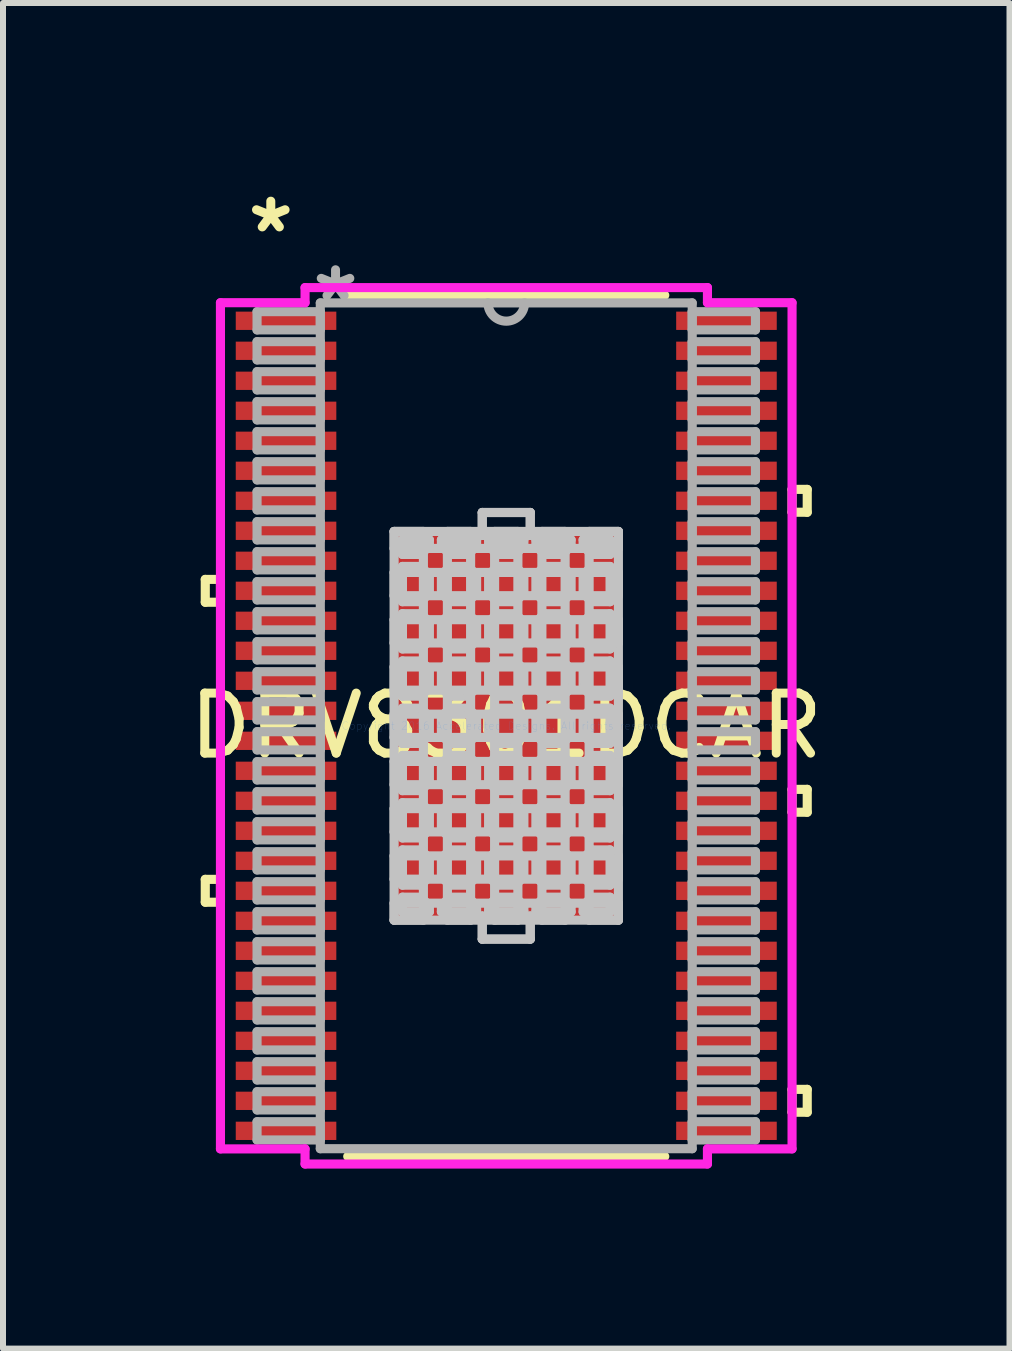
<source format=kicad_pcb>
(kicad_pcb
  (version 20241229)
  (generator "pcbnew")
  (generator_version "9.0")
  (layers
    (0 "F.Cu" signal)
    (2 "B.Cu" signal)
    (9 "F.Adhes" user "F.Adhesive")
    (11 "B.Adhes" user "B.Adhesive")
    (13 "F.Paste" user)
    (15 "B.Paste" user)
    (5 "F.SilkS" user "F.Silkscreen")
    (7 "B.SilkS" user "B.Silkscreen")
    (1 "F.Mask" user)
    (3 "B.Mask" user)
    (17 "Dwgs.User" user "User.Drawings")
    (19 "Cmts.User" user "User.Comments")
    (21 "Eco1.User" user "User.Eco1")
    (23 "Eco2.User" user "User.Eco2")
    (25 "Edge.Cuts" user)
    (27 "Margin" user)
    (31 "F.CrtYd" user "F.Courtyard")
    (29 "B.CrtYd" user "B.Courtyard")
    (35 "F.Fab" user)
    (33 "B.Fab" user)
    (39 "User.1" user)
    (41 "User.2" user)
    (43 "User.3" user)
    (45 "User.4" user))
  (footprint "DRV8301DCAR"
    (layer "F.Cu")
    (at 5.387 9.046)
    (property "Reference" "DRV8301DCAR" (at 0 0 0) (layer "F.SilkS") (effects (font (size 1 1) (thickness 0.15))))
    (attr through_hole)
    (fp_line (start -5.016 -2.44) (end -5.016 -2.059) (stroke (width 0.152) (type solid)) (layer "F.SilkS"))
    (fp_line (start -5.016 -2.059) (end -4.763 -2.059) (stroke (width 0.152) (type solid)) (layer "F.SilkS"))
    (fp_line (start -5.016 2.559) (end -5.016 2.94) (stroke (width 0.152) (type solid)) (layer "F.SilkS"))
    (fp_line (start -5.016 2.94) (end -4.763 2.94) (stroke (width 0.152) (type solid)) (layer "F.SilkS"))
    (fp_line (start -4.763 -2.44) (end -5.016 -2.44) (stroke (width 0.152) (type solid)) (layer "F.SilkS"))
    (fp_line (start -4.763 -2.059) (end -4.763 -2.44) (stroke (width 0.152) (type solid)) (layer "F.SilkS"))
    (fp_line (start -4.763 2.559) (end -5.016 2.559) (stroke (width 0.152) (type solid)) (layer "F.SilkS"))
    (fp_line (start -4.763 2.94) (end -4.763 2.559) (stroke (width 0.152) (type solid)) (layer "F.SilkS"))
    (fp_line (start -2.642 7.176) (end 2.642 7.176) (stroke (width 0.152) (type solid)) (layer "F.SilkS"))
    (fp_line (start 2.642 -7.176) (end -2.642 -7.176) (stroke (width 0.152) (type solid)) (layer "F.SilkS"))
    (fp_line (start 4.763 -3.94) (end 5.016 -3.94) (stroke (width 0.152) (type solid)) (layer "F.SilkS"))
    (fp_line (start 4.763 -3.559) (end 4.763 -3.94) (stroke (width 0.152) (type solid)) (layer "F.SilkS"))
    (fp_line (start 4.763 1.059) (end 5.016 1.059) (stroke (width 0.152) (type solid)) (layer "F.SilkS"))
    (fp_line (start 4.763 1.44) (end 4.763 1.059) (stroke (width 0.152) (type solid)) (layer "F.SilkS"))
    (fp_line (start 4.763 6.059) (end 5.016 6.059) (stroke (width 0.152) (type solid)) (layer "F.SilkS"))
    (fp_line (start 4.763 6.44) (end 4.763 6.059) (stroke (width 0.152) (type solid)) (layer "F.SilkS"))
    (fp_line (start 5.016 -3.94) (end 5.016 -3.559) (stroke (width 0.152) (type solid)) (layer "F.SilkS"))
    (fp_line (start 5.016 -3.559) (end 4.763 -3.559) (stroke (width 0.152) (type solid)) (layer "F.SilkS"))
    (fp_line (start 5.016 1.059) (end 5.016 1.44) (stroke (width 0.152) (type solid)) (layer "F.SilkS"))
    (fp_line (start 5.016 1.44) (end 4.763 1.44) (stroke (width 0.152) (type solid)) (layer "F.SilkS"))
    (fp_line (start 5.016 6.059) (end 5.016 6.44) (stroke (width 0.152) (type solid)) (layer "F.SilkS"))
    (fp_line (start 5.016 6.44) (end 4.763 6.44) (stroke (width 0.152) (type solid)) (layer "F.SilkS"))
    (fp_line (start -1.869 -3.239) (end -1.381 -3.239) (stroke (width 0.152) (type solid)) (layer "Dwgs.User"))
    (fp_line (start -1.869 -3.239) (end 1.869 -3.239) (stroke (width 0.152) (type solid)) (layer "Dwgs.User"))
    (fp_line (start -1.869 -2.956) (end -1.869 -3.239) (stroke (width 0.152) (type solid)) (layer "Dwgs.User"))
    (fp_line (start -1.869 -2.556) (end 1.869 -2.556) (stroke (width 0.152) (type solid)) (layer "Dwgs.User"))
    (fp_line (start -1.869 -2.168) (end -1.869 -2.556) (stroke (width 0.152) (type solid)) (layer "Dwgs.User"))
    (fp_line (start -1.869 -1.768) (end 1.869 -1.768) (stroke (width 0.152) (type solid)) (layer "Dwgs.User"))
    (fp_line (start -1.869 -1.381) (end -1.869 -1.768) (stroke (width 0.152) (type solid)) (layer "Dwgs.User"))
    (fp_line (start -1.869 -0.981) (end 1.869 -0.981) (stroke (width 0.152) (type solid)) (layer "Dwgs.User"))
    (fp_line (start -1.869 -0.594) (end -1.869 -0.981) (stroke (width 0.152) (type solid)) (layer "Dwgs.User"))
    (fp_line (start -1.869 -0.194) (end 1.869 -0.194) (stroke (width 0.152) (type solid)) (layer "Dwgs.User"))
    (fp_line (start -1.869 0.194) (end -1.869 -0.194) (stroke (width 0.152) (type solid)) (layer "Dwgs.User"))
    (fp_line (start -1.869 0.594) (end 1.869 0.594) (stroke (width 0.152) (type solid)) (layer "Dwgs.User"))
    (fp_line (start -1.869 0.981) (end -1.869 0.594) (stroke (width 0.152) (type solid)) (layer "Dwgs.User"))
    (fp_line (start -1.869 1.381) (end 1.869 1.381) (stroke (width 0.152) (type solid)) (layer "Dwgs.User"))
    (fp_line (start -1.869 1.768) (end -1.869 1.381) (stroke (width 0.152) (type solid)) (layer "Dwgs.User"))
    (fp_line (start -1.869 2.168) (end 1.869 2.168) (stroke (width 0.152) (type solid)) (layer "Dwgs.User"))
    (fp_line (start -1.869 2.556) (end -1.869 2.168) (stroke (width 0.152) (type solid)) (layer "Dwgs.User"))
    (fp_line (start -1.869 2.956) (end 1.869 2.956) (stroke (width 0.152) (type solid)) (layer "Dwgs.User"))
    (fp_line (start -1.869 3.239) (end -1.869 -3.239) (stroke (width 0.152) (type solid)) (layer "Dwgs.User"))
    (fp_line (start -1.869 3.239) (end -1.869 2.956) (stroke (width 0.152) (type solid)) (layer "Dwgs.User"))
    (fp_line (start -1.73 -3.1) (end -1.73 -2.856) (stroke (width 0.152) (type solid)) (layer "Dwgs.User"))
    (fp_line (start -1.73 -2.856) (end -1.423 -2.856) (stroke (width 0.152) (type solid)) (layer "Dwgs.User"))
    (fp_line (start -1.73 -2.656) (end -1.73 -2.068) (stroke (width 0.152) (type solid)) (layer "Dwgs.User"))
    (fp_line (start -1.73 -2.068) (end -1.423 -2.068) (stroke (width 0.152) (type solid)) (layer "Dwgs.User"))
    (fp_line (start -1.73 -1.869) (end -1.73 -1.281) (stroke (width 0.152) (type solid)) (layer "Dwgs.User"))
    (fp_line (start -1.73 -1.281) (end -1.423 -1.281) (stroke (width 0.152) (type solid)) (layer "Dwgs.User"))
    (fp_line (start -1.73 -1.081) (end -1.73 -0.494) (stroke (width 0.152) (type solid)) (layer "Dwgs.User"))
    (fp_line (start -1.73 -0.494) (end -1.423 -0.494) (stroke (width 0.152) (type solid)) (layer "Dwgs.User"))
    (fp_line (start -1.73 -0.294) (end -1.73 0.294) (stroke (width 0.152) (type solid)) (layer "Dwgs.User"))
    (fp_line (start -1.73 0.294) (end -1.423 0.294) (stroke (width 0.152) (type solid)) (layer "Dwgs.User"))
    (fp_line (start -1.73 0.494) (end -1.73 1.081) (stroke (width 0.152) (type solid)) (layer "Dwgs.User"))
    (fp_line (start -1.73 1.081) (end -1.423 1.081) (stroke (width 0.152) (type solid)) (layer "Dwgs.User"))
    (fp_line (start -1.73 1.281) (end -1.73 1.869) (stroke (width 0.152) (type solid)) (layer "Dwgs.User"))
    (fp_line (start -1.73 1.869) (end -1.423 1.869) (stroke (width 0.152) (type solid)) (layer "Dwgs.User"))
    (fp_line (start -1.73 2.068) (end -1.73 2.656) (stroke (width 0.152) (type solid)) (layer "Dwgs.User"))
    (fp_line (start -1.73 2.656) (end -1.423 2.656) (stroke (width 0.152) (type solid)) (layer "Dwgs.User"))
    (fp_line (start -1.73 2.856) (end -1.73 3.1) (stroke (width 0.152) (type solid)) (layer "Dwgs.User"))
    (fp_line (start -1.73 3.1) (end -1.281 3.1) (stroke (width 0.152) (type solid)) (layer "Dwgs.User"))
    (fp_line (start -1.423 -2.856) (end -1.423 -2.856) (stroke (width 0.152) (type solid)) (layer "Dwgs.User"))
    (fp_line (start -1.423 -2.856) (end -1.281 -2.997) (stroke (width 0.152) (type solid)) (layer "Dwgs.User"))
    (fp_line (start -1.423 -2.656) (end -1.73 -2.656) (stroke (width 0.152) (type solid)) (layer "Dwgs.User"))
    (fp_line (start -1.423 -2.656) (end -1.423 -2.656) (stroke (width 0.152) (type solid)) (layer "Dwgs.User"))
    (fp_line (start -1.423 -2.068) (end -1.423 -2.068) (stroke (width 0.152) (type solid)) (layer "Dwgs.User"))
    (fp_line (start -1.423 -2.068) (end -1.281 -2.21) (stroke (width 0.152) (type solid)) (layer "Dwgs.User"))
    (fp_line (start -1.423 -1.869) (end -1.73 -1.869) (stroke (width 0.152) (type solid)) (layer "Dwgs.User"))
    (fp_line (start -1.423 -1.869) (end -1.423 -1.869) (stroke (width 0.152) (type solid)) (layer "Dwgs.User"))
    (fp_line (start -1.423 -1.281) (end -1.423 -1.281) (stroke (width 0.152) (type solid)) (layer "Dwgs.User"))
    (fp_line (start -1.423 -1.281) (end -1.281 -1.423) (stroke (width 0.152) (type solid)) (layer "Dwgs.User"))
    (fp_line (start -1.423 -1.081) (end -1.73 -1.081) (stroke (width 0.152) (type solid)) (layer "Dwgs.User"))
    (fp_line (start -1.423 -1.081) (end -1.423 -1.081) (stroke (width 0.152) (type solid)) (layer "Dwgs.User"))
    (fp_line (start -1.423 -0.494) (end -1.423 -0.494) (stroke (width 0.152) (type solid)) (layer "Dwgs.User"))
    (fp_line (start -1.423 -0.494) (end -1.281 -0.635) (stroke (width 0.152) (type solid)) (layer "Dwgs.User"))
    (fp_line (start -1.423 -0.294) (end -1.73 -0.294) (stroke (width 0.152) (type solid)) (layer "Dwgs.User"))
    (fp_line (start -1.423 -0.294) (end -1.423 -0.294) (stroke (width 0.152) (type solid)) (layer "Dwgs.User"))
    (fp_line (start -1.423 0.294) (end -1.423 0.294) (stroke (width 0.152) (type solid)) (layer "Dwgs.User"))
    (fp_line (start -1.423 0.294) (end -1.281 0.152) (stroke (width 0.152) (type solid)) (layer "Dwgs.User"))
    (fp_line (start -1.423 0.494) (end -1.73 0.494) (stroke (width 0.152) (type solid)) (layer "Dwgs.User"))
    (fp_line (start -1.423 0.494) (end -1.423 0.494) (stroke (width 0.152) (type solid)) (layer "Dwgs.User"))
    (fp_line (start -1.423 1.081) (end -1.423 1.081) (stroke (width 0.152) (type solid)) (layer "Dwgs.User"))
    (fp_line (start -1.423 1.081) (end -1.281 0.94) (stroke (width 0.152) (type solid)) (layer "Dwgs.User"))
    (fp_line (start -1.423 1.281) (end -1.73 1.281) (stroke (width 0.152) (type solid)) (layer "Dwgs.User"))
    (fp_line (start -1.423 1.281) (end -1.423 1.281) (stroke (width 0.152) (type solid)) (layer "Dwgs.User"))
    (fp_line (start -1.423 1.869) (end -1.423 1.869) (stroke (width 0.152) (type solid)) (layer "Dwgs.User"))
    (fp_line (start -1.423 1.869) (end -1.281 1.727) (stroke (width 0.152) (type solid)) (layer "Dwgs.User"))
    (fp_line (start -1.423 2.068) (end -1.73 2.068) (stroke (width 0.152) (type solid)) (layer "Dwgs.User"))
    (fp_line (start -1.423 2.068) (end -1.423 2.068) (stroke (width 0.152) (type solid)) (layer "Dwgs.User"))
    (fp_line (start -1.423 2.656) (end -1.423 2.656) (stroke (width 0.152) (type solid)) (layer "Dwgs.User"))
    (fp_line (start -1.423 2.656) (end -1.281 2.514) (stroke (width 0.152) (type solid)) (layer "Dwgs.User"))
    (fp_line (start -1.423 2.856) (end -1.73 2.856) (stroke (width 0.152) (type solid)) (layer "Dwgs.User"))
    (fp_line (start -1.423 2.856) (end -1.423 2.856) (stroke (width 0.152) (type solid)) (layer "Dwgs.User"))
    (fp_line (start -1.381 -3.239) (end -1.381 3.239) (stroke (width 0.152) (type solid)) (layer "Dwgs.User"))
    (fp_line (start -1.381 3.239) (end -1.869 3.239) (stroke (width 0.152) (type solid)) (layer "Dwgs.User"))
    (fp_line (start -1.281 -3.1) (end -1.73 -3.1) (stroke (width 0.152) (type solid)) (layer "Dwgs.User"))
    (fp_line (start -1.281 -2.997) (end -1.281 -3.1) (stroke (width 0.152) (type solid)) (layer "Dwgs.User"))
    (fp_line (start -1.281 -2.997) (end -1.281 -2.997) (stroke (width 0.152) (type solid)) (layer "Dwgs.User"))
    (fp_line (start -1.281 -2.514) (end -1.423 -2.656) (stroke (width 0.152) (type solid)) (layer "Dwgs.User"))
    (fp_line (start -1.281 -2.514) (end -1.281 -2.514) (stroke (width 0.152) (type solid)) (layer "Dwgs.User"))
    (fp_line (start -1.281 -2.21) (end -1.281 -2.514) (stroke (width 0.152) (type solid)) (layer "Dwgs.User"))
    (fp_line (start -1.281 -2.21) (end -1.281 -2.21) (stroke (width 0.152) (type solid)) (layer "Dwgs.User"))
    (fp_line (start -1.281 -1.727) (end -1.423 -1.869) (stroke (width 0.152) (type solid)) (layer "Dwgs.User"))
    (fp_line (start -1.281 -1.727) (end -1.281 -1.727) (stroke (width 0.152) (type solid)) (layer "Dwgs.User"))
    (fp_line (start -1.281 -1.423) (end -1.281 -1.727) (stroke (width 0.152) (type solid)) (layer "Dwgs.User"))
    (fp_line (start -1.281 -1.423) (end -1.281 -1.423) (stroke (width 0.152) (type solid)) (layer "Dwgs.User"))
    (fp_line (start -1.281 -0.94) (end -1.423 -1.081) (stroke (width 0.152) (type solid)) (layer "Dwgs.User"))
    (fp_line (start -1.281 -0.94) (end -1.281 -0.94) (stroke (width 0.152) (type solid)) (layer "Dwgs.User"))
    (fp_line (start -1.281 -0.635) (end -1.281 -0.94) (stroke (width 0.152) (type solid)) (layer "Dwgs.User"))
    (fp_line (start -1.281 -0.635) (end -1.281 -0.635) (stroke (width 0.152) (type solid)) (layer "Dwgs.User"))
    (fp_line (start -1.281 -0.152) (end -1.423 -0.294) (stroke (width 0.152) (type solid)) (layer "Dwgs.User"))
    (fp_line (start -1.281 -0.152) (end -1.281 -0.152) (stroke (width 0.152) (type solid)) (layer "Dwgs.User"))
    (fp_line (start -1.281 0.152) (end -1.281 -0.152) (stroke (width 0.152) (type solid)) (layer "Dwgs.User"))
    (fp_line (start -1.281 0.152) (end -1.281 0.152) (stroke (width 0.152) (type solid)) (layer "Dwgs.User"))
    (fp_line (start -1.281 0.635) (end -1.423 0.494) (stroke (width 0.152) (type solid)) (layer "Dwgs.User"))
    (fp_line (start -1.281 0.635) (end -1.281 0.635) (stroke (width 0.152) (type solid)) (layer "Dwgs.User"))
    (fp_line (start -1.281 0.94) (end -1.281 0.635) (stroke (width 0.152) (type solid)) (layer "Dwgs.User"))
    (fp_line (start -1.281 0.94) (end -1.281 0.94) (stroke (width 0.152) (type solid)) (layer "Dwgs.User"))
    (fp_line (start -1.281 1.423) (end -1.423 1.281) (stroke (width 0.152) (type solid)) (layer "Dwgs.User"))
    (fp_line (start -1.281 1.423) (end -1.281 1.423) (stroke (width 0.152) (type solid)) (layer "Dwgs.User"))
    (fp_line (start -1.281 1.727) (end -1.281 1.423) (stroke (width 0.152) (type solid)) (layer "Dwgs.User"))
    (fp_line (start -1.281 1.727) (end -1.281 1.727) (stroke (width 0.152) (type solid)) (layer "Dwgs.User"))
    (fp_line (start -1.281 2.21) (end -1.423 2.068) (stroke (width 0.152) (type solid)) (layer "Dwgs.User"))
    (fp_line (start -1.281 2.21) (end -1.281 2.21) (stroke (width 0.152) (type solid)) (layer "Dwgs.User"))
    (fp_line (start -1.281 2.514) (end -1.281 2.21) (stroke (width 0.152) (type solid)) (layer "Dwgs.User"))
    (fp_line (start -1.281 2.514) (end -1.281 2.514) (stroke (width 0.152) (type solid)) (layer "Dwgs.User"))
    (fp_line (start -1.281 2.997) (end -1.423 2.856) (stroke (width 0.152) (type solid)) (layer "Dwgs.User"))
    (fp_line (start -1.281 2.997) (end -1.281 2.997) (stroke (width 0.152) (type solid)) (layer "Dwgs.User"))
    (fp_line (start -1.281 3.1) (end -1.281 2.997) (stroke (width 0.152) (type solid)) (layer "Dwgs.User"))
    (fp_line (start -1.081 -3.1) (end -1.081 -2.997) (stroke (width 0.152) (type solid)) (layer "Dwgs.User"))
    (fp_line (start -1.081 -2.997) (end -1.081 -2.997) (stroke (width 0.152) (type solid)) (layer "Dwgs.User"))
    (fp_line (start -1.081 -2.997) (end -0.94 -2.856) (stroke (width 0.152) (type solid)) (layer "Dwgs.User"))
    (fp_line (start -1.081 -2.514) (end -1.081 -2.514) (stroke (width 0.152) (type solid)) (layer "Dwgs.User"))
    (fp_line (start -1.081 -2.514) (end -1.081 -2.21) (stroke (width 0.152) (type solid)) (layer "Dwgs.User"))
    (fp_line (start -1.081 -2.21) (end -1.081 -2.21) (stroke (width 0.152) (type solid)) (layer "Dwgs.User"))
    (fp_line (start -1.081 -2.21) (end -0.94 -2.068) (stroke (width 0.152) (type solid)) (layer "Dwgs.User"))
    (fp_line (start -1.081 -1.727) (end -1.081 -1.727) (stroke (width 0.152) (type solid)) (layer "Dwgs.User"))
    (fp_line (start -1.081 -1.727) (end -1.081 -1.423) (stroke (width 0.152) (type solid)) (layer "Dwgs.User"))
    (fp_line (start -1.081 -1.423) (end -1.081 -1.423) (stroke (width 0.152) (type solid)) (layer "Dwgs.User"))
    (fp_line (start -1.081 -1.423) (end -0.94 -1.281) (stroke (width 0.152) (type solid)) (layer "Dwgs.User"))
    (fp_line (start -1.081 -0.94) (end -1.081 -0.94) (stroke (width 0.152) (type solid)) (layer "Dwgs.User"))
    (fp_line (start -1.081 -0.94) (end -1.081 -0.635) (stroke (width 0.152) (type solid)) (layer "Dwgs.User"))
    (fp_line (start -1.081 -0.635) (end -1.081 -0.635) (stroke (width 0.152) (type solid)) (layer "Dwgs.User"))
    (fp_line (start -1.081 -0.635) (end -0.94 -0.494) (stroke (width 0.152) (type solid)) (layer "Dwgs.User"))
    (fp_line (start -1.081 -0.152) (end -1.081 -0.152) (stroke (width 0.152) (type solid)) (layer "Dwgs.User"))
    (fp_line (start -1.081 -0.152) (end -1.081 0.152) (stroke (width 0.152) (type solid)) (layer "Dwgs.User"))
    (fp_line (start -1.081 0.152) (end -1.081 0.152) (stroke (width 0.152) (type solid)) (layer "Dwgs.User"))
    (fp_line (start -1.081 0.152) (end -0.94 0.294) (stroke (width 0.152) (type solid)) (layer "Dwgs.User"))
    (fp_line (start -1.081 0.635) (end -1.081 0.635) (stroke (width 0.152) (type solid)) (layer "Dwgs.User"))
    (fp_line (start -1.081 0.635) (end -1.081 0.94) (stroke (width 0.152) (type solid)) (layer "Dwgs.User"))
    (fp_line (start -1.081 0.94) (end -1.081 0.94) (stroke (width 0.152) (type solid)) (layer "Dwgs.User"))
    (fp_line (start -1.081 0.94) (end -0.94 1.081) (stroke (width 0.152) (type solid)) (layer "Dwgs.User"))
    (fp_line (start -1.081 1.423) (end -1.081 1.423) (stroke (width 0.152) (type solid)) (layer "Dwgs.User"))
    (fp_line (start -1.081 1.423) (end -1.081 1.727) (stroke (width 0.152) (type solid)) (layer "Dwgs.User"))
    (fp_line (start -1.081 1.727) (end -1.081 1.727) (stroke (width 0.152) (type solid)) (layer "Dwgs.User"))
    (fp_line (start -1.081 1.727) (end -0.94 1.869) (stroke (width 0.152) (type solid)) (layer "Dwgs.User"))
    (fp_line (start -1.081 2.21) (end -1.081 2.21) (stroke (width 0.152) (type solid)) (layer "Dwgs.User"))
    (fp_line (start -1.081 2.21) (end -1.081 2.514) (stroke (width 0.152) (type solid)) (layer "Dwgs.User"))
    (fp_line (start -1.081 2.514) (end -1.081 2.514) (stroke (width 0.152) (type solid)) (layer "Dwgs.User"))
    (fp_line (start -1.081 2.514) (end -0.94 2.656) (stroke (width 0.152) (type solid)) (layer "Dwgs.User"))
    (fp_line (start -1.081 2.997) (end -1.081 2.997) (stroke (width 0.152) (type solid)) (layer "Dwgs.User"))
    (fp_line (start -1.081 2.997) (end -1.081 3.1) (stroke (width 0.152) (type solid)) (layer "Dwgs.User"))
    (fp_line (start -1.081 3.1) (end -0.494 3.1) (stroke (width 0.152) (type solid)) (layer "Dwgs.User"))
    (fp_line (start -0.981 -3.239) (end -0.981 3.239) (stroke (width 0.152) (type solid)) (layer "Dwgs.User"))
    (fp_line (start -0.981 3.239) (end -0.594 3.239) (stroke (width 0.152) (type solid)) (layer "Dwgs.User"))
    (fp_line (start -0.94 -2.856) (end -0.94 -2.856) (stroke (width 0.152) (type solid)) (layer "Dwgs.User"))
    (fp_line (start -0.94 -2.856) (end -0.635 -2.856) (stroke (width 0.152) (type solid)) (layer "Dwgs.User"))
    (fp_line (start -0.94 -2.656) (end -1.081 -2.514) (stroke (width 0.152) (type solid)) (layer "Dwgs.User"))
    (fp_line (start -0.94 -2.656) (end -0.94 -2.656) (stroke (width 0.152) (type solid)) (layer "Dwgs.User"))
    (fp_line (start -0.94 -2.068) (end -0.94 -2.068) (stroke (width 0.152) (type solid)) (layer "Dwgs.User"))
    (fp_line (start -0.94 -2.068) (end -0.635 -2.068) (stroke (width 0.152) (type solid)) (layer "Dwgs.User"))
    (fp_line (start -0.94 -1.869) (end -1.081 -1.727) (stroke (width 0.152) (type solid)) (layer "Dwgs.User"))
    (fp_line (start -0.94 -1.869) (end -0.94 -1.869) (stroke (width 0.152) (type solid)) (layer "Dwgs.User"))
    (fp_line (start -0.94 -1.281) (end -0.94 -1.281) (stroke (width 0.152) (type solid)) (layer "Dwgs.User"))
    (fp_line (start -0.94 -1.281) (end -0.635 -1.281) (stroke (width 0.152) (type solid)) (layer "Dwgs.User"))
    (fp_line (start -0.94 -1.081) (end -1.081 -0.94) (stroke (width 0.152) (type solid)) (layer "Dwgs.User"))
    (fp_line (start -0.94 -1.081) (end -0.94 -1.081) (stroke (width 0.152) (type solid)) (layer "Dwgs.User"))
    (fp_line (start -0.94 -0.494) (end -0.94 -0.494) (stroke (width 0.152) (type solid)) (layer "Dwgs.User"))
    (fp_line (start -0.94 -0.494) (end -0.635 -0.494) (stroke (width 0.152) (type solid)) (layer "Dwgs.User"))
    (fp_line (start -0.94 -0.294) (end -1.081 -0.152) (stroke (width 0.152) (type solid)) (layer "Dwgs.User"))
    (fp_line (start -0.94 -0.294) (end -0.94 -0.294) (stroke (width 0.152) (type solid)) (layer "Dwgs.User"))
    (fp_line (start -0.94 0.294) (end -0.94 0.294) (stroke (width 0.152) (type solid)) (layer "Dwgs.User"))
    (fp_line (start -0.94 0.294) (end -0.635 0.294) (stroke (width 0.152) (type solid)) (layer "Dwgs.User"))
    (fp_line (start -0.94 0.494) (end -1.081 0.635) (stroke (width 0.152) (type solid)) (layer "Dwgs.User"))
    (fp_line (start -0.94 0.494) (end -0.94 0.494) (stroke (width 0.152) (type solid)) (layer "Dwgs.User"))
    (fp_line (start -0.94 1.081) (end -0.94 1.081) (stroke (width 0.152) (type solid)) (layer "Dwgs.User"))
    (fp_line (start -0.94 1.081) (end -0.635 1.081) (stroke (width 0.152) (type solid)) (layer "Dwgs.User"))
    (fp_line (start -0.94 1.281) (end -1.081 1.423) (stroke (width 0.152) (type solid)) (layer "Dwgs.User"))
    (fp_line (start -0.94 1.281) (end -0.94 1.281) (stroke (width 0.152) (type solid)) (layer "Dwgs.User"))
    (fp_line (start -0.94 1.869) (end -0.94 1.869) (stroke (width 0.152) (type solid)) (layer "Dwgs.User"))
    (fp_line (start -0.94 1.869) (end -0.635 1.869) (stroke (width 0.152) (type solid)) (layer "Dwgs.User"))
    (fp_line (start -0.94 2.068) (end -1.081 2.21) (stroke (width 0.152) (type solid)) (layer "Dwgs.User"))
    (fp_line (start -0.94 2.068) (end -0.94 2.068) (stroke (width 0.152) (type solid)) (layer "Dwgs.User"))
    (fp_line (start -0.94 2.656) (end -0.94 2.656) (stroke (width 0.152) (type solid)) (layer "Dwgs.User"))
    (fp_line (start -0.94 2.656) (end -0.635 2.656) (stroke (width 0.152) (type solid)) (layer "Dwgs.User"))
    (fp_line (start -0.94 2.856) (end -1.081 2.997) (stroke (width 0.152) (type solid)) (layer "Dwgs.User"))
    (fp_line (start -0.94 2.856) (end -0.94 2.856) (stroke (width 0.152) (type solid)) (layer "Dwgs.User"))
    (fp_line (start -0.635 -2.856) (end -0.635 -2.856) (stroke (width 0.152) (type solid)) (layer "Dwgs.User"))
    (fp_line (start -0.635 -2.856) (end -0.494 -2.997) (stroke (width 0.152) (type solid)) (layer "Dwgs.User"))
    (fp_line (start -0.635 -2.656) (end -0.94 -2.656) (stroke (width 0.152) (type solid)) (layer "Dwgs.User"))
    (fp_line (start -0.635 -2.656) (end -0.635 -2.656) (stroke (width 0.152) (type solid)) (layer "Dwgs.User"))
    (fp_line (start -0.635 -2.068) (end -0.635 -2.068) (stroke (width 0.152) (type solid)) (layer "Dwgs.User"))
    (fp_line (start -0.635 -2.068) (end -0.494 -2.21) (stroke (width 0.152) (type solid)) (layer "Dwgs.User"))
    (fp_line (start -0.635 -1.869) (end -0.94 -1.869) (stroke (width 0.152) (type solid)) (layer "Dwgs.User"))
    (fp_line (start -0.635 -1.869) (end -0.635 -1.869) (stroke (width 0.152) (type solid)) (layer "Dwgs.User"))
    (fp_line (start -0.635 -1.281) (end -0.635 -1.281) (stroke (width 0.152) (type solid)) (layer "Dwgs.User"))
    (fp_line (start -0.635 -1.281) (end -0.494 -1.423) (stroke (width 0.152) (type solid)) (layer "Dwgs.User"))
    (fp_line (start -0.635 -1.081) (end -0.94 -1.081) (stroke (width 0.152) (type solid)) (layer "Dwgs.User"))
    (fp_line (start -0.635 -1.081) (end -0.635 -1.081) (stroke (width 0.152) (type solid)) (layer "Dwgs.User"))
    (fp_line (start -0.635 -0.494) (end -0.635 -0.494) (stroke (width 0.152) (type solid)) (layer "Dwgs.User"))
    (fp_line (start -0.635 -0.494) (end -0.494 -0.635) (stroke (width 0.152) (type solid)) (layer "Dwgs.User"))
    (fp_line (start -0.635 -0.294) (end -0.94 -0.294) (stroke (width 0.152) (type solid)) (layer "Dwgs.User"))
    (fp_line (start -0.635 -0.294) (end -0.635 -0.294) (stroke (width 0.152) (type solid)) (layer "Dwgs.User"))
    (fp_line (start -0.635 0.294) (end -0.635 0.294) (stroke (width 0.152) (type solid)) (layer "Dwgs.User"))
    (fp_line (start -0.635 0.294) (end -0.494 0.152) (stroke (width 0.152) (type solid)) (layer "Dwgs.User"))
    (fp_line (start -0.635 0.494) (end -0.94 0.494) (stroke (width 0.152) (type solid)) (layer "Dwgs.User"))
    (fp_line (start -0.635 0.494) (end -0.635 0.494) (stroke (width 0.152) (type solid)) (layer "Dwgs.User"))
    (fp_line (start -0.635 1.081) (end -0.635 1.081) (stroke (width 0.152) (type solid)) (layer "Dwgs.User"))
    (fp_line (start -0.635 1.081) (end -0.494 0.94) (stroke (width 0.152) (type solid)) (layer "Dwgs.User"))
    (fp_line (start -0.635 1.281) (end -0.94 1.281) (stroke (width 0.152) (type solid)) (layer "Dwgs.User"))
    (fp_line (start -0.635 1.281) (end -0.635 1.281) (stroke (width 0.152) (type solid)) (layer "Dwgs.User"))
    (fp_line (start -0.635 1.869) (end -0.635 1.869) (stroke (width 0.152) (type solid)) (layer "Dwgs.User"))
    (fp_line (start -0.635 1.869) (end -0.494 1.727) (stroke (width 0.152) (type solid)) (layer "Dwgs.User"))
    (fp_line (start -0.635 2.068) (end -0.94 2.068) (stroke (width 0.152) (type solid)) (layer "Dwgs.User"))
    (fp_line (start -0.635 2.068) (end -0.635 2.068) (stroke (width 0.152) (type solid)) (layer "Dwgs.User"))
    (fp_line (start -0.635 2.656) (end -0.635 2.656) (stroke (width 0.152) (type solid)) (layer "Dwgs.User"))
    (fp_line (start -0.635 2.656) (end -0.494 2.514) (stroke (width 0.152) (type solid)) (layer "Dwgs.User"))
    (fp_line (start -0.635 2.856) (end -0.94 2.856) (stroke (width 0.152) (type solid)) (layer "Dwgs.User"))
    (fp_line (start -0.635 2.856) (end -0.635 2.856) (stroke (width 0.152) (type solid)) (layer "Dwgs.User"))
    (fp_line (start -0.594 -3.239) (end -0.981 -3.239) (stroke (width 0.152) (type solid)) (layer "Dwgs.User"))
    (fp_line (start -0.594 3.239) (end -0.594 -3.239) (stroke (width 0.152) (type solid)) (layer "Dwgs.User"))
    (fp_line (start -0.494 -3.1) (end -1.081 -3.1) (stroke (width 0.152) (type solid)) (layer "Dwgs.User"))
    (fp_line (start -0.494 -2.997) (end -0.494 -3.1) (stroke (width 0.152) (type solid)) (layer "Dwgs.User"))
    (fp_line (start -0.494 -2.997) (end -0.494 -2.997) (stroke (width 0.152) (type solid)) (layer "Dwgs.User"))
    (fp_line (start -0.494 -2.514) (end -0.635 -2.656) (stroke (width 0.152) (type solid)) (layer "Dwgs.User"))
    (fp_line (start -0.494 -2.514) (end -0.494 -2.514) (stroke (width 0.152) (type solid)) (layer "Dwgs.User"))
    (fp_line (start -0.494 -2.21) (end -0.494 -2.514) (stroke (width 0.152) (type solid)) (layer "Dwgs.User"))
    (fp_line (start -0.494 -2.21) (end -0.494 -2.21) (stroke (width 0.152) (type solid)) (layer "Dwgs.User"))
    (fp_line (start -0.494 -1.727) (end -0.635 -1.869) (stroke (width 0.152) (type solid)) (layer "Dwgs.User"))
    (fp_line (start -0.494 -1.727) (end -0.494 -1.727) (stroke (width 0.152) (type solid)) (layer "Dwgs.User"))
    (fp_line (start -0.494 -1.423) (end -0.494 -1.727) (stroke (width 0.152) (type solid)) (layer "Dwgs.User"))
    (fp_line (start -0.494 -1.423) (end -0.494 -1.423) (stroke (width 0.152) (type solid)) (layer "Dwgs.User"))
    (fp_line (start -0.494 -0.94) (end -0.635 -1.081) (stroke (width 0.152) (type solid)) (layer "Dwgs.User"))
    (fp_line (start -0.494 -0.94) (end -0.494 -0.94) (stroke (width 0.152) (type solid)) (layer "Dwgs.User"))
    (fp_line (start -0.494 -0.635) (end -0.494 -0.94) (stroke (width 0.152) (type solid)) (layer "Dwgs.User"))
    (fp_line (start -0.494 -0.635) (end -0.494 -0.635) (stroke (width 0.152) (type solid)) (layer "Dwgs.User"))
    (fp_line (start -0.494 -0.152) (end -0.635 -0.294) (stroke (width 0.152) (type solid)) (layer "Dwgs.User"))
    (fp_line (start -0.494 -0.152) (end -0.494 -0.152) (stroke (width 0.152) (type solid)) (layer "Dwgs.User"))
    (fp_line (start -0.494 0.152) (end -0.494 -0.152) (stroke (width 0.152) (type solid)) (layer "Dwgs.User"))
    (fp_line (start -0.494 0.152) (end -0.494 0.152) (stroke (width 0.152) (type solid)) (layer "Dwgs.User"))
    (fp_line (start -0.494 0.635) (end -0.635 0.494) (stroke (width 0.152) (type solid)) (layer "Dwgs.User"))
    (fp_line (start -0.494 0.635) (end -0.494 0.635) (stroke (width 0.152) (type solid)) (layer "Dwgs.User"))
    (fp_line (start -0.494 0.94) (end -0.494 0.635) (stroke (width 0.152) (type solid)) (layer "Dwgs.User"))
    (fp_line (start -0.494 0.94) (end -0.494 0.94) (stroke (width 0.152) (type solid)) (layer "Dwgs.User"))
    (fp_line (start -0.494 1.423) (end -0.635 1.281) (stroke (width 0.152) (type solid)) (layer "Dwgs.User"))
    (fp_line (start -0.494 1.423) (end -0.494 1.423) (stroke (width 0.152) (type solid)) (layer "Dwgs.User"))
    (fp_line (start -0.494 1.727) (end -0.494 1.423) (stroke (width 0.152) (type solid)) (layer "Dwgs.User"))
    (fp_line (start -0.494 1.727) (end -0.494 1.727) (stroke (width 0.152) (type solid)) (layer "Dwgs.User"))
    (fp_line (start -0.494 2.21) (end -0.635 2.068) (stroke (width 0.152) (type solid)) (layer "Dwgs.User"))
    (fp_line (start -0.494 2.21) (end -0.494 2.21) (stroke (width 0.152) (type solid)) (layer "Dwgs.User"))
    (fp_line (start -0.494 2.514) (end -0.494 2.21) (stroke (width 0.152) (type solid)) (layer "Dwgs.User"))
    (fp_line (start -0.494 2.514) (end -0.494 2.514) (stroke (width 0.152) (type solid)) (layer "Dwgs.User"))
    (fp_line (start -0.494 2.997) (end -0.635 2.856) (stroke (width 0.152) (type solid)) (layer "Dwgs.User"))
    (fp_line (start -0.494 2.997) (end -0.494 2.997) (stroke (width 0.152) (type solid)) (layer "Dwgs.User"))
    (fp_line (start -0.494 3.1) (end -0.494 2.997) (stroke (width 0.152) (type solid)) (layer "Dwgs.User"))
    (fp_line (start -0.4 -3.555) (end 0.4 -3.555) (stroke (width 0.152) (type solid)) (layer "Dwgs.User"))
    (fp_line (start -0.4 -3.555) (end 0.4 -3.555) (stroke (width 0.152) (type solid)) (layer "Dwgs.User"))
    (fp_line (start -0.4 -3.175) (end -0.4 -3.555) (stroke (width 0.152) (type solid)) (layer "Dwgs.User"))
    (fp_line (start -0.4 -3.175) (end -0.4 -3.555) (stroke (width 0.152) (type solid)) (layer "Dwgs.User"))
    (fp_line (start -0.4 -3.175) (end -0.4 -3.175) (stroke (width 0.152) (type solid)) (layer "Dwgs.User"))
    (fp_line (start -0.4 -3.175) (end -0.4 -3.175) (stroke (width 0.152) (type solid)) (layer "Dwgs.User"))
    (fp_line (start -0.4 -3.175) (end -0.4 -3.175) (stroke (width 0.152) (type solid)) (layer "Dwgs.User"))
    (fp_line (start -0.4 -3.175) (end -0.4 -3.175) (stroke (width 0.152) (type solid)) (layer "Dwgs.User"))
    (fp_line (start -0.4 3.175) (end -0.4 3.175) (stroke (width 0.152) (type solid)) (layer "Dwgs.User"))
    (fp_line (start -0.4 3.175) (end -0.4 3.175) (stroke (width 0.152) (type solid)) (layer "Dwgs.User"))
    (fp_line (start -0.4 3.175) (end -0.4 3.175) (stroke (width 0.152) (type solid)) (layer "Dwgs.User"))
    (fp_line (start -0.4 3.175) (end -0.4 3.175) (stroke (width 0.152) (type solid)) (layer "Dwgs.User"))
    (fp_line (start -0.4 3.175) (end -0.4 3.555) (stroke (width 0.152) (type solid)) (layer "Dwgs.User"))
    (fp_line (start -0.4 3.175) (end -0.4 3.555) (stroke (width 0.152) (type solid)) (layer "Dwgs.User"))
    (fp_line (start -0.4 3.555) (end 0.4 3.555) (stroke (width 0.152) (type solid)) (layer "Dwgs.User"))
    (fp_line (start -0.4 3.555) (end 0.4 3.555) (stroke (width 0.152) (type solid)) (layer "Dwgs.User"))
    (fp_line (start -0.294 -3.1) (end -0.294 -2.997) (stroke (width 0.152) (type solid)) (layer "Dwgs.User"))
    (fp_line (start -0.294 -2.997) (end -0.294 -2.997) (stroke (width 0.152) (type solid)) (layer "Dwgs.User"))
    (fp_line (start -0.294 -2.997) (end -0.152 -2.856) (stroke (width 0.152) (type solid)) (layer "Dwgs.User"))
    (fp_line (start -0.294 -2.514) (end -0.294 -2.514) (stroke (width 0.152) (type solid)) (layer "Dwgs.User"))
    (fp_line (start -0.294 -2.514) (end -0.294 -2.21) (stroke (width 0.152) (type solid)) (layer "Dwgs.User"))
    (fp_line (start -0.294 -2.21) (end -0.294 -2.21) (stroke (width 0.152) (type solid)) (layer "Dwgs.User"))
    (fp_line (start -0.294 -2.21) (end -0.152 -2.068) (stroke (width 0.152) (type solid)) (layer "Dwgs.User"))
    (fp_line (start -0.294 -1.727) (end -0.294 -1.727) (stroke (width 0.152) (type solid)) (layer "Dwgs.User"))
    (fp_line (start -0.294 -1.727) (end -0.294 -1.423) (stroke (width 0.152) (type solid)) (layer "Dwgs.User"))
    (fp_line (start -0.294 -1.423) (end -0.294 -1.423) (stroke (width 0.152) (type solid)) (layer "Dwgs.User"))
    (fp_line (start -0.294 -1.423) (end -0.152 -1.281) (stroke (width 0.152) (type solid)) (layer "Dwgs.User"))
    (fp_line (start -0.294 -0.94) (end -0.294 -0.94) (stroke (width 0.152) (type solid)) (layer "Dwgs.User"))
    (fp_line (start -0.294 -0.94) (end -0.294 -0.635) (stroke (width 0.152) (type solid)) (layer "Dwgs.User"))
    (fp_line (start -0.294 -0.635) (end -0.294 -0.635) (stroke (width 0.152) (type solid)) (layer "Dwgs.User"))
    (fp_line (start -0.294 -0.635) (end -0.152 -0.494) (stroke (width 0.152) (type solid)) (layer "Dwgs.User"))
    (fp_line (start -0.294 -0.152) (end -0.294 -0.152) (stroke (width 0.152) (type solid)) (layer "Dwgs.User"))
    (fp_line (start -0.294 -0.152) (end -0.294 0.152) (stroke (width 0.152) (type solid)) (layer "Dwgs.User"))
    (fp_line (start -0.294 0.152) (end -0.294 0.152) (stroke (width 0.152) (type solid)) (layer "Dwgs.User"))
    (fp_line (start -0.294 0.152) (end -0.152 0.294) (stroke (width 0.152) (type solid)) (layer "Dwgs.User"))
    (fp_line (start -0.294 0.635) (end -0.294 0.635) (stroke (width 0.152) (type solid)) (layer "Dwgs.User"))
    (fp_line (start -0.294 0.635) (end -0.294 0.94) (stroke (width 0.152) (type solid)) (layer "Dwgs.User"))
    (fp_line (start -0.294 0.94) (end -0.294 0.94) (stroke (width 0.152) (type solid)) (layer "Dwgs.User"))
    (fp_line (start -0.294 0.94) (end -0.152 1.081) (stroke (width 0.152) (type solid)) (layer "Dwgs.User"))
    (fp_line (start -0.294 1.423) (end -0.294 1.423) (stroke (width 0.152) (type solid)) (layer "Dwgs.User"))
    (fp_line (start -0.294 1.423) (end -0.294 1.727) (stroke (width 0.152) (type solid)) (layer "Dwgs.User"))
    (fp_line (start -0.294 1.727) (end -0.294 1.727) (stroke (width 0.152) (type solid)) (layer "Dwgs.User"))
    (fp_line (start -0.294 1.727) (end -0.152 1.869) (stroke (width 0.152) (type solid)) (layer "Dwgs.User"))
    (fp_line (start -0.294 2.21) (end -0.294 2.21) (stroke (width 0.152) (type solid)) (layer "Dwgs.User"))
    (fp_line (start -0.294 2.21) (end -0.294 2.514) (stroke (width 0.152) (type solid)) (layer "Dwgs.User"))
    (fp_line (start -0.294 2.514) (end -0.294 2.514) (stroke (width 0.152) (type solid)) (layer "Dwgs.User"))
    (fp_line (start -0.294 2.514) (end -0.152 2.656) (stroke (width 0.152) (type solid)) (layer "Dwgs.User"))
    (fp_line (start -0.294 2.997) (end -0.294 2.997) (stroke (width 0.152) (type solid)) (layer "Dwgs.User"))
    (fp_line (start -0.294 2.997) (end -0.294 3.1) (stroke (width 0.152) (type solid)) (layer "Dwgs.User"))
    (fp_line (start -0.294 3.1) (end 0.294 3.1) (stroke (width 0.152) (type solid)) (layer "Dwgs.User"))
    (fp_line (start -0.194 -3.239) (end -0.194 3.239) (stroke (width 0.152) (type solid)) (layer "Dwgs.User"))
    (fp_line (start -0.194 3.239) (end 0.194 3.239) (stroke (width 0.152) (type solid)) (layer "Dwgs.User"))
    (fp_line (start -0.152 -2.856) (end -0.152 -2.856) (stroke (width 0.152) (type solid)) (layer "Dwgs.User"))
    (fp_line (start -0.152 -2.856) (end 0.152 -2.856) (stroke (width 0.152) (type solid)) (layer "Dwgs.User"))
    (fp_line (start -0.152 -2.656) (end -0.294 -2.514) (stroke (width 0.152) (type solid)) (layer "Dwgs.User"))
    (fp_line (start -0.152 -2.656) (end -0.152 -2.656) (stroke (width 0.152) (type solid)) (layer "Dwgs.User"))
    (fp_line (start -0.152 -2.068) (end -0.152 -2.068) (stroke (width 0.152) (type solid)) (layer "Dwgs.User"))
    (fp_line (start -0.152 -2.068) (end 0.152 -2.068) (stroke (width 0.152) (type solid)) (layer "Dwgs.User"))
    (fp_line (start -0.152 -1.869) (end -0.294 -1.727) (stroke (width 0.152) (type solid)) (layer "Dwgs.User"))
    (fp_line (start -0.152 -1.869) (end -0.152 -1.869) (stroke (width 0.152) (type solid)) (layer "Dwgs.User"))
    (fp_line (start -0.152 -1.281) (end -0.152 -1.281) (stroke (width 0.152) (type solid)) (layer "Dwgs.User"))
    (fp_line (start -0.152 -1.281) (end 0.152 -1.281) (stroke (width 0.152) (type solid)) (layer "Dwgs.User"))
    (fp_line (start -0.152 -1.081) (end -0.294 -0.94) (stroke (width 0.152) (type solid)) (layer "Dwgs.User"))
    (fp_line (start -0.152 -1.081) (end -0.152 -1.081) (stroke (width 0.152) (type solid)) (layer "Dwgs.User"))
    (fp_line (start -0.152 -0.494) (end -0.152 -0.494) (stroke (width 0.152) (type solid)) (layer "Dwgs.User"))
    (fp_line (start -0.152 -0.494) (end 0.152 -0.494) (stroke (width 0.152) (type solid)) (layer "Dwgs.User"))
    (fp_line (start -0.152 -0.294) (end -0.294 -0.152) (stroke (width 0.152) (type solid)) (layer "Dwgs.User"))
    (fp_line (start -0.152 -0.294) (end -0.152 -0.294) (stroke (width 0.152) (type solid)) (layer "Dwgs.User"))
    (fp_line (start -0.152 0.294) (end -0.152 0.294) (stroke (width 0.152) (type solid)) (layer "Dwgs.User"))
    (fp_line (start -0.152 0.294) (end 0.152 0.294) (stroke (width 0.152) (type solid)) (layer "Dwgs.User"))
    (fp_line (start -0.152 0.494) (end -0.294 0.635) (stroke (width 0.152) (type solid)) (layer "Dwgs.User"))
    (fp_line (start -0.152 0.494) (end -0.152 0.494) (stroke (width 0.152) (type solid)) (layer "Dwgs.User"))
    (fp_line (start -0.152 1.081) (end -0.152 1.081) (stroke (width 0.152) (type solid)) (layer "Dwgs.User"))
    (fp_line (start -0.152 1.081) (end 0.152 1.081) (stroke (width 0.152) (type solid)) (layer "Dwgs.User"))
    (fp_line (start -0.152 1.281) (end -0.294 1.423) (stroke (width 0.152) (type solid)) (layer "Dwgs.User"))
    (fp_line (start -0.152 1.281) (end -0.152 1.281) (stroke (width 0.152) (type solid)) (layer "Dwgs.User"))
    (fp_line (start -0.152 1.869) (end -0.152 1.869) (stroke (width 0.152) (type solid)) (layer "Dwgs.User"))
    (fp_line (start -0.152 1.869) (end 0.152 1.869) (stroke (width 0.152) (type solid)) (layer "Dwgs.User"))
    (fp_line (start -0.152 2.068) (end -0.294 2.21) (stroke (width 0.152) (type solid)) (layer "Dwgs.User"))
    (fp_line (start -0.152 2.068) (end -0.152 2.068) (stroke (width 0.152) (type solid)) (layer "Dwgs.User"))
    (fp_line (start -0.152 2.656) (end -0.152 2.656) (stroke (width 0.152) (type solid)) (layer "Dwgs.User"))
    (fp_line (start -0.152 2.656) (end 0.152 2.656) (stroke (width 0.152) (type solid)) (layer "Dwgs.User"))
    (fp_line (start -0.152 2.856) (end -0.294 2.997) (stroke (width 0.152) (type solid)) (layer "Dwgs.User"))
    (fp_line (start -0.152 2.856) (end -0.152 2.856) (stroke (width 0.152) (type solid)) (layer "Dwgs.User"))
    (fp_line (start 0.152 -2.856) (end 0.152 -2.856) (stroke (width 0.152) (type solid)) (layer "Dwgs.User"))
    (fp_line (start 0.152 -2.856) (end 0.294 -2.997) (stroke (width 0.152) (type solid)) (layer "Dwgs.User"))
    (fp_line (start 0.152 -2.656) (end -0.152 -2.656) (stroke (width 0.152) (type solid)) (layer "Dwgs.User"))
    (fp_line (start 0.152 -2.656) (end 0.152 -2.656) (stroke (width 0.152) (type solid)) (layer "Dwgs.User"))
    (fp_line (start 0.152 -2.068) (end 0.152 -2.068) (stroke (width 0.152) (type solid)) (layer "Dwgs.User"))
    (fp_line (start 0.152 -2.068) (end 0.294 -2.21) (stroke (width 0.152) (type solid)) (layer "Dwgs.User"))
    (fp_line (start 0.152 -1.869) (end -0.152 -1.869) (stroke (width 0.152) (type solid)) (layer "Dwgs.User"))
    (fp_line (start 0.152 -1.869) (end 0.152 -1.869) (stroke (width 0.152) (type solid)) (layer "Dwgs.User"))
    (fp_line (start 0.152 -1.281) (end 0.152 -1.281) (stroke (width 0.152) (type solid)) (layer "Dwgs.User"))
    (fp_line (start 0.152 -1.281) (end 0.294 -1.423) (stroke (width 0.152) (type solid)) (layer "Dwgs.User"))
    (fp_line (start 0.152 -1.081) (end -0.152 -1.081) (stroke (width 0.152) (type solid)) (layer "Dwgs.User"))
    (fp_line (start 0.152 -1.081) (end 0.152 -1.081) (stroke (width 0.152) (type solid)) (layer "Dwgs.User"))
    (fp_line (start 0.152 -0.494) (end 0.152 -0.494) (stroke (width 0.152) (type solid)) (layer "Dwgs.User"))
    (fp_line (start 0.152 -0.494) (end 0.294 -0.635) (stroke (width 0.152) (type solid)) (layer "Dwgs.User"))
    (fp_line (start 0.152 -0.294) (end -0.152 -0.294) (stroke (width 0.152) (type solid)) (layer "Dwgs.User"))
    (fp_line (start 0.152 -0.294) (end 0.152 -0.294) (stroke (width 0.152) (type solid)) (layer "Dwgs.User"))
    (fp_line (start 0.152 0.294) (end 0.152 0.294) (stroke (width 0.152) (type solid)) (layer "Dwgs.User"))
    (fp_line (start 0.152 0.294) (end 0.294 0.152) (stroke (width 0.152) (type solid)) (layer "Dwgs.User"))
    (fp_line (start 0.152 0.494) (end -0.152 0.494) (stroke (width 0.152) (type solid)) (layer "Dwgs.User"))
    (fp_line (start 0.152 0.494) (end 0.152 0.494) (stroke (width 0.152) (type solid)) (layer "Dwgs.User"))
    (fp_line (start 0.152 1.081) (end 0.152 1.081) (stroke (width 0.152) (type solid)) (layer "Dwgs.User"))
    (fp_line (start 0.152 1.081) (end 0.294 0.94) (stroke (width 0.152) (type solid)) (layer "Dwgs.User"))
    (fp_line (start 0.152 1.281) (end -0.152 1.281) (stroke (width 0.152) (type solid)) (layer "Dwgs.User"))
    (fp_line (start 0.152 1.281) (end 0.152 1.281) (stroke (width 0.152) (type solid)) (layer "Dwgs.User"))
    (fp_line (start 0.152 1.869) (end 0.152 1.869) (stroke (width 0.152) (type solid)) (layer "Dwgs.User"))
    (fp_line (start 0.152 1.869) (end 0.294 1.727) (stroke (width 0.152) (type solid)) (layer "Dwgs.User"))
    (fp_line (start 0.152 2.068) (end -0.152 2.068) (stroke (width 0.152) (type solid)) (layer "Dwgs.User"))
    (fp_line (start 0.152 2.068) (end 0.152 2.068) (stroke (width 0.152) (type solid)) (layer "Dwgs.User"))
    (fp_line (start 0.152 2.656) (end 0.152 2.656) (stroke (width 0.152) (type solid)) (layer "Dwgs.User"))
    (fp_line (start 0.152 2.656) (end 0.294 2.514) (stroke (width 0.152) (type solid)) (layer "Dwgs.User"))
    (fp_line (start 0.152 2.856) (end -0.152 2.856) (stroke (width 0.152) (type solid)) (layer "Dwgs.User"))
    (fp_line (start 0.152 2.856) (end 0.152 2.856) (stroke (width 0.152) (type solid)) (layer "Dwgs.User"))
    (fp_line (start 0.194 -3.239) (end -0.194 -3.239) (stroke (width 0.152) (type solid)) (layer "Dwgs.User"))
    (fp_line (start 0.194 3.239) (end 0.194 -3.239) (stroke (width 0.152) (type solid)) (layer "Dwgs.User"))
    (fp_line (start 0.294 -3.1) (end -0.294 -3.1) (stroke (width 0.152) (type solid)) (layer "Dwgs.User"))
    (fp_line (start 0.294 -2.997) (end 0.294 -3.1) (stroke (width 0.152) (type solid)) (layer "Dwgs.User"))
    (fp_line (start 0.294 -2.997) (end 0.294 -2.997) (stroke (width 0.152) (type solid)) (layer "Dwgs.User"))
    (fp_line (start 0.294 -2.514) (end 0.152 -2.656) (stroke (width 0.152) (type solid)) (layer "Dwgs.User"))
    (fp_line (start 0.294 -2.514) (end 0.294 -2.514) (stroke (width 0.152) (type solid)) (layer "Dwgs.User"))
    (fp_line (start 0.294 -2.21) (end 0.294 -2.514) (stroke (width 0.152) (type solid)) (layer "Dwgs.User"))
    (fp_line (start 0.294 -2.21) (end 0.294 -2.21) (stroke (width 0.152) (type solid)) (layer "Dwgs.User"))
    (fp_line (start 0.294 -1.727) (end 0.152 -1.869) (stroke (width 0.152) (type solid)) (layer "Dwgs.User"))
    (fp_line (start 0.294 -1.727) (end 0.294 -1.727) (stroke (width 0.152) (type solid)) (layer "Dwgs.User"))
    (fp_line (start 0.294 -1.423) (end 0.294 -1.727) (stroke (width 0.152) (type solid)) (layer "Dwgs.User"))
    (fp_line (start 0.294 -1.423) (end 0.294 -1.423) (stroke (width 0.152) (type solid)) (layer "Dwgs.User"))
    (fp_line (start 0.294 -0.94) (end 0.152 -1.081) (stroke (width 0.152) (type solid)) (layer "Dwgs.User"))
    (fp_line (start 0.294 -0.94) (end 0.294 -0.94) (stroke (width 0.152) (type solid)) (layer "Dwgs.User"))
    (fp_line (start 0.294 -0.635) (end 0.294 -0.94) (stroke (width 0.152) (type solid)) (layer "Dwgs.User"))
    (fp_line (start 0.294 -0.635) (end 0.294 -0.635) (stroke (width 0.152) (type solid)) (layer "Dwgs.User"))
    (fp_line (start 0.294 -0.152) (end 0.152 -0.294) (stroke (width 0.152) (type solid)) (layer "Dwgs.User"))
    (fp_line (start 0.294 -0.152) (end 0.294 -0.152) (stroke (width 0.152) (type solid)) (layer "Dwgs.User"))
    (fp_line (start 0.294 0.152) (end 0.294 -0.152) (stroke (width 0.152) (type solid)) (layer "Dwgs.User"))
    (fp_line (start 0.294 0.152) (end 0.294 0.152) (stroke (width 0.152) (type solid)) (layer "Dwgs.User"))
    (fp_line (start 0.294 0.635) (end 0.152 0.494) (stroke (width 0.152) (type solid)) (layer "Dwgs.User"))
    (fp_line (start 0.294 0.635) (end 0.294 0.635) (stroke (width 0.152) (type solid)) (layer "Dwgs.User"))
    (fp_line (start 0.294 0.94) (end 0.294 0.635) (stroke (width 0.152) (type solid)) (layer "Dwgs.User"))
    (fp_line (start 0.294 0.94) (end 0.294 0.94) (stroke (width 0.152) (type solid)) (layer "Dwgs.User"))
    (fp_line (start 0.294 1.423) (end 0.152 1.281) (stroke (width 0.152) (type solid)) (layer "Dwgs.User"))
    (fp_line (start 0.294 1.423) (end 0.294 1.423) (stroke (width 0.152) (type solid)) (layer "Dwgs.User"))
    (fp_line (start 0.294 1.727) (end 0.294 1.423) (stroke (width 0.152) (type solid)) (layer "Dwgs.User"))
    (fp_line (start 0.294 1.727) (end 0.294 1.727) (stroke (width 0.152) (type solid)) (layer "Dwgs.User"))
    (fp_line (start 0.294 2.21) (end 0.152 2.068) (stroke (width 0.152) (type solid)) (layer "Dwgs.User"))
    (fp_line (start 0.294 2.21) (end 0.294 2.21) (stroke (width 0.152) (type solid)) (layer "Dwgs.User"))
    (fp_line (start 0.294 2.514) (end 0.294 2.21) (stroke (width 0.152) (type solid)) (layer "Dwgs.User"))
    (fp_line (start 0.294 2.514) (end 0.294 2.514) (stroke (width 0.152) (type solid)) (layer "Dwgs.User"))
    (fp_line (start 0.294 2.997) (end 0.152 2.856) (stroke (width 0.152) (type solid)) (layer "Dwgs.User"))
    (fp_line (start 0.294 2.997) (end 0.294 2.997) (stroke (width 0.152) (type solid)) (layer "Dwgs.User"))
    (fp_line (start 0.294 3.1) (end 0.294 2.997) (stroke (width 0.152) (type solid)) (layer "Dwgs.User"))
    (fp_line (start 0.4 -3.555) (end 0.4 -3.175) (stroke (width 0.152) (type solid)) (layer "Dwgs.User"))
    (fp_line (start 0.4 -3.555) (end 0.4 -3.175) (stroke (width 0.152) (type solid)) (layer "Dwgs.User"))
    (fp_line (start 0.4 -3.175) (end -0.4 -3.175) (stroke (width 0.152) (type solid)) (layer "Dwgs.User"))
    (fp_line (start 0.4 -3.175) (end -0.4 -3.175) (stroke (width 0.152) (type solid)) (layer "Dwgs.User"))
    (fp_line (start 0.4 -3.175) (end 0.4 -3.175) (stroke (width 0.152) (type solid)) (layer "Dwgs.User"))
    (fp_line (start 0.4 -3.175) (end 0.4 -3.175) (stroke (width 0.152) (type solid)) (layer "Dwgs.User"))
    (fp_line (start 0.4 -3.175) (end 0.4 -3.175) (stroke (width 0.152) (type solid)) (layer "Dwgs.User"))
    (fp_line (start 0.4 -3.175) (end 0.4 -3.175) (stroke (width 0.152) (type solid)) (layer "Dwgs.User"))
    (fp_line (start 0.4 3.175) (end -0.4 3.175) (stroke (width 0.152) (type solid)) (layer "Dwgs.User"))
    (fp_line (start 0.4 3.175) (end -0.4 3.175) (stroke (width 0.152) (type solid)) (layer "Dwgs.User"))
    (fp_line (start 0.4 3.175) (end 0.4 3.175) (stroke (width 0.152) (type solid)) (layer "Dwgs.User"))
    (fp_line (start 0.4 3.175) (end 0.4 3.175) (stroke (width 0.152) (type solid)) (layer "Dwgs.User"))
    (fp_line (start 0.4 3.175) (end 0.4 3.175) (stroke (width 0.152) (type solid)) (layer "Dwgs.User"))
    (fp_line (start 0.4 3.175) (end 0.4 3.175) (stroke (width 0.152) (type solid)) (layer "Dwgs.User"))
    (fp_line (start 0.4 3.555) (end 0.4 3.175) (stroke (width 0.152) (type solid)) (layer "Dwgs.User"))
    (fp_line (start 0.4 3.555) (end 0.4 3.175) (stroke (width 0.152) (type solid)) (layer "Dwgs.User"))
    (fp_line (start 0.494 -3.1) (end 0.494 -2.997) (stroke (width 0.152) (type solid)) (layer "Dwgs.User"))
    (fp_line (start 0.494 -2.997) (end 0.494 -2.997) (stroke (width 0.152) (type solid)) (layer "Dwgs.User"))
    (fp_line (start 0.494 -2.997) (end 0.635 -2.856) (stroke (width 0.152) (type solid)) (layer "Dwgs.User"))
    (fp_line (start 0.494 -2.514) (end 0.494 -2.514) (stroke (width 0.152) (type solid)) (layer "Dwgs.User"))
    (fp_line (start 0.494 -2.514) (end 0.494 -2.21) (stroke (width 0.152) (type solid)) (layer "Dwgs.User"))
    (fp_line (start 0.494 -2.21) (end 0.494 -2.21) (stroke (width 0.152) (type solid)) (layer "Dwgs.User"))
    (fp_line (start 0.494 -2.21) (end 0.635 -2.068) (stroke (width 0.152) (type solid)) (layer "Dwgs.User"))
    (fp_line (start 0.494 -1.727) (end 0.494 -1.727) (stroke (width 0.152) (type solid)) (layer "Dwgs.User"))
    (fp_line (start 0.494 -1.727) (end 0.494 -1.423) (stroke (width 0.152) (type solid)) (layer "Dwgs.User"))
    (fp_line (start 0.494 -1.423) (end 0.494 -1.423) (stroke (width 0.152) (type solid)) (layer "Dwgs.User"))
    (fp_line (start 0.494 -1.423) (end 0.635 -1.281) (stroke (width 0.152) (type solid)) (layer "Dwgs.User"))
    (fp_line (start 0.494 -0.94) (end 0.494 -0.94) (stroke (width 0.152) (type solid)) (layer "Dwgs.User"))
    (fp_line (start 0.494 -0.94) (end 0.494 -0.635) (stroke (width 0.152) (type solid)) (layer "Dwgs.User"))
    (fp_line (start 0.494 -0.635) (end 0.494 -0.635) (stroke (width 0.152) (type solid)) (layer "Dwgs.User"))
    (fp_line (start 0.494 -0.635) (end 0.635 -0.494) (stroke (width 0.152) (type solid)) (layer "Dwgs.User"))
    (fp_line (start 0.494 -0.152) (end 0.494 -0.152) (stroke (width 0.152) (type solid)) (layer "Dwgs.User"))
    (fp_line (start 0.494 -0.152) (end 0.494 0.152) (stroke (width 0.152) (type solid)) (layer "Dwgs.User"))
    (fp_line (start 0.494 0.152) (end 0.494 0.152) (stroke (width 0.152) (type solid)) (layer "Dwgs.User"))
    (fp_line (start 0.494 0.152) (end 0.635 0.294) (stroke (width 0.152) (type solid)) (layer "Dwgs.User"))
    (fp_line (start 0.494 0.635) (end 0.494 0.635) (stroke (width 0.152) (type solid)) (layer "Dwgs.User"))
    (fp_line (start 0.494 0.635) (end 0.494 0.94) (stroke (width 0.152) (type solid)) (layer "Dwgs.User"))
    (fp_line (start 0.494 0.94) (end 0.494 0.94) (stroke (width 0.152) (type solid)) (layer "Dwgs.User"))
    (fp_line (start 0.494 0.94) (end 0.635 1.081) (stroke (width 0.152) (type solid)) (layer "Dwgs.User"))
    (fp_line (start 0.494 1.423) (end 0.494 1.423) (stroke (width 0.152) (type solid)) (layer "Dwgs.User"))
    (fp_line (start 0.494 1.423) (end 0.494 1.727) (stroke (width 0.152) (type solid)) (layer "Dwgs.User"))
    (fp_line (start 0.494 1.727) (end 0.494 1.727) (stroke (width 0.152) (type solid)) (layer "Dwgs.User"))
    (fp_line (start 0.494 1.727) (end 0.635 1.869) (stroke (width 0.152) (type solid)) (layer "Dwgs.User"))
    (fp_line (start 0.494 2.21) (end 0.494 2.21) (stroke (width 0.152) (type solid)) (layer "Dwgs.User"))
    (fp_line (start 0.494 2.21) (end 0.494 2.514) (stroke (width 0.152) (type solid)) (layer "Dwgs.User"))
    (fp_line (start 0.494 2.514) (end 0.494 2.514) (stroke (width 0.152) (type solid)) (layer "Dwgs.User"))
    (fp_line (start 0.494 2.514) (end 0.635 2.656) (stroke (width 0.152) (type solid)) (layer "Dwgs.User"))
    (fp_line (start 0.494 2.997) (end 0.494 2.997) (stroke (width 0.152) (type solid)) (layer "Dwgs.User"))
    (fp_line (start 0.494 2.997) (end 0.494 3.1) (stroke (width 0.152) (type solid)) (layer "Dwgs.User"))
    (fp_line (start 0.494 3.1) (end 1.081 3.1) (stroke (width 0.152) (type solid)) (layer "Dwgs.User"))
    (fp_line (start 0.594 -3.239) (end 0.594 3.239) (stroke (width 0.152) (type solid)) (layer "Dwgs.User"))
    (fp_line (start 0.594 3.239) (end 0.981 3.239) (stroke (width 0.152) (type solid)) (layer "Dwgs.User"))
    (fp_line (start 0.635 -2.856) (end 0.635 -2.856) (stroke (width 0.152) (type solid)) (layer "Dwgs.User"))
    (fp_line (start 0.635 -2.856) (end 0.94 -2.856) (stroke (width 0.152) (type solid)) (layer "Dwgs.User"))
    (fp_line (start 0.635 -2.656) (end 0.494 -2.514) (stroke (width 0.152) (type solid)) (layer "Dwgs.User"))
    (fp_line (start 0.635 -2.656) (end 0.635 -2.656) (stroke (width 0.152) (type solid)) (layer "Dwgs.User"))
    (fp_line (start 0.635 -2.068) (end 0.635 -2.068) (stroke (width 0.152) (type solid)) (layer "Dwgs.User"))
    (fp_line (start 0.635 -2.068) (end 0.94 -2.068) (stroke (width 0.152) (type solid)) (layer "Dwgs.User"))
    (fp_line (start 0.635 -1.869) (end 0.494 -1.727) (stroke (width 0.152) (type solid)) (layer "Dwgs.User"))
    (fp_line (start 0.635 -1.869) (end 0.635 -1.869) (stroke (width 0.152) (type solid)) (layer "Dwgs.User"))
    (fp_line (start 0.635 -1.281) (end 0.635 -1.281) (stroke (width 0.152) (type solid)) (layer "Dwgs.User"))
    (fp_line (start 0.635 -1.281) (end 0.94 -1.281) (stroke (width 0.152) (type solid)) (layer "Dwgs.User"))
    (fp_line (start 0.635 -1.081) (end 0.494 -0.94) (stroke (width 0.152) (type solid)) (layer "Dwgs.User"))
    (fp_line (start 0.635 -1.081) (end 0.635 -1.081) (stroke (width 0.152) (type solid)) (layer "Dwgs.User"))
    (fp_line (start 0.635 -0.494) (end 0.635 -0.494) (stroke (width 0.152) (type solid)) (layer "Dwgs.User"))
    (fp_line (start 0.635 -0.494) (end 0.94 -0.494) (stroke (width 0.152) (type solid)) (layer "Dwgs.User"))
    (fp_line (start 0.635 -0.294) (end 0.494 -0.152) (stroke (width 0.152) (type solid)) (layer "Dwgs.User"))
    (fp_line (start 0.635 -0.294) (end 0.635 -0.294) (stroke (width 0.152) (type solid)) (layer "Dwgs.User"))
    (fp_line (start 0.635 0.294) (end 0.635 0.294) (stroke (width 0.152) (type solid)) (layer "Dwgs.User"))
    (fp_line (start 0.635 0.294) (end 0.94 0.294) (stroke (width 0.152) (type solid)) (layer "Dwgs.User"))
    (fp_line (start 0.635 0.494) (end 0.494 0.635) (stroke (width 0.152) (type solid)) (layer "Dwgs.User"))
    (fp_line (start 0.635 0.494) (end 0.635 0.494) (stroke (width 0.152) (type solid)) (layer "Dwgs.User"))
    (fp_line (start 0.635 1.081) (end 0.635 1.081) (stroke (width 0.152) (type solid)) (layer "Dwgs.User"))
    (fp_line (start 0.635 1.081) (end 0.94 1.081) (stroke (width 0.152) (type solid)) (layer "Dwgs.User"))
    (fp_line (start 0.635 1.281) (end 0.494 1.423) (stroke (width 0.152) (type solid)) (layer "Dwgs.User"))
    (fp_line (start 0.635 1.281) (end 0.635 1.281) (stroke (width 0.152) (type solid)) (layer "Dwgs.User"))
    (fp_line (start 0.635 1.869) (end 0.635 1.869) (stroke (width 0.152) (type solid)) (layer "Dwgs.User"))
    (fp_line (start 0.635 1.869) (end 0.94 1.869) (stroke (width 0.152) (type solid)) (layer "Dwgs.User"))
    (fp_line (start 0.635 2.068) (end 0.494 2.21) (stroke (width 0.152) (type solid)) (layer "Dwgs.User"))
    (fp_line (start 0.635 2.068) (end 0.635 2.068) (stroke (width 0.152) (type solid)) (layer "Dwgs.User"))
    (fp_line (start 0.635 2.656) (end 0.635 2.656) (stroke (width 0.152) (type solid)) (layer "Dwgs.User"))
    (fp_line (start 0.635 2.656) (end 0.94 2.656) (stroke (width 0.152) (type solid)) (layer "Dwgs.User"))
    (fp_line (start 0.635 2.856) (end 0.494 2.997) (stroke (width 0.152) (type solid)) (layer "Dwgs.User"))
    (fp_line (start 0.635 2.856) (end 0.635 2.856) (stroke (width 0.152) (type solid)) (layer "Dwgs.User"))
    (fp_line (start 0.94 -2.856) (end 0.94 -2.856) (stroke (width 0.152) (type solid)) (layer "Dwgs.User"))
    (fp_line (start 0.94 -2.856) (end 1.081 -2.997) (stroke (width 0.152) (type solid)) (layer "Dwgs.User"))
    (fp_line (start 0.94 -2.656) (end 0.635 -2.656) (stroke (width 0.152) (type solid)) (layer "Dwgs.User"))
    (fp_line (start 0.94 -2.656) (end 0.94 -2.656) (stroke (width 0.152) (type solid)) (layer "Dwgs.User"))
    (fp_line (start 0.94 -2.068) (end 0.94 -2.068) (stroke (width 0.152) (type solid)) (layer "Dwgs.User"))
    (fp_line (start 0.94 -2.068) (end 1.081 -2.21) (stroke (width 0.152) (type solid)) (layer "Dwgs.User"))
    (fp_line (start 0.94 -1.869) (end 0.635 -1.869) (stroke (width 0.152) (type solid)) (layer "Dwgs.User"))
    (fp_line (start 0.94 -1.869) (end 0.94 -1.869) (stroke (width 0.152) (type solid)) (layer "Dwgs.User"))
    (fp_line (start 0.94 -1.281) (end 0.94 -1.281) (stroke (width 0.152) (type solid)) (layer "Dwgs.User"))
    (fp_line (start 0.94 -1.281) (end 1.081 -1.423) (stroke (width 0.152) (type solid)) (layer "Dwgs.User"))
    (fp_line (start 0.94 -1.081) (end 0.635 -1.081) (stroke (width 0.152) (type solid)) (layer "Dwgs.User"))
    (fp_line (start 0.94 -1.081) (end 0.94 -1.081) (stroke (width 0.152) (type solid)) (layer "Dwgs.User"))
    (fp_line (start 0.94 -0.494) (end 0.94 -0.494) (stroke (width 0.152) (type solid)) (layer "Dwgs.User"))
    (fp_line (start 0.94 -0.494) (end 1.081 -0.635) (stroke (width 0.152) (type solid)) (layer "Dwgs.User"))
    (fp_line (start 0.94 -0.294) (end 0.635 -0.294) (stroke (width 0.152) (type solid)) (layer "Dwgs.User"))
    (fp_line (start 0.94 -0.294) (end 0.94 -0.294) (stroke (width 0.152) (type solid)) (layer "Dwgs.User"))
    (fp_line (start 0.94 0.294) (end 0.94 0.294) (stroke (width 0.152) (type solid)) (layer "Dwgs.User"))
    (fp_line (start 0.94 0.294) (end 1.081 0.152) (stroke (width 0.152) (type solid)) (layer "Dwgs.User"))
    (fp_line (start 0.94 0.494) (end 0.635 0.494) (stroke (width 0.152) (type solid)) (layer "Dwgs.User"))
    (fp_line (start 0.94 0.494) (end 0.94 0.494) (stroke (width 0.152) (type solid)) (layer "Dwgs.User"))
    (fp_line (start 0.94 1.081) (end 0.94 1.081) (stroke (width 0.152) (type solid)) (layer "Dwgs.User"))
    (fp_line (start 0.94 1.081) (end 1.081 0.94) (stroke (width 0.152) (type solid)) (layer "Dwgs.User"))
    (fp_line (start 0.94 1.281) (end 0.635 1.281) (stroke (width 0.152) (type solid)) (layer "Dwgs.User"))
    (fp_line (start 0.94 1.281) (end 0.94 1.281) (stroke (width 0.152) (type solid)) (layer "Dwgs.User"))
    (fp_line (start 0.94 1.869) (end 0.94 1.869) (stroke (width 0.152) (type solid)) (layer "Dwgs.User"))
    (fp_line (start 0.94 1.869) (end 1.081 1.727) (stroke (width 0.152) (type solid)) (layer "Dwgs.User"))
    (fp_line (start 0.94 2.068) (end 0.635 2.068) (stroke (width 0.152) (type solid)) (layer "Dwgs.User"))
    (fp_line (start 0.94 2.068) (end 0.94 2.068) (stroke (width 0.152) (type solid)) (layer "Dwgs.User"))
    (fp_line (start 0.94 2.656) (end 0.94 2.656) (stroke (width 0.152) (type solid)) (layer "Dwgs.User"))
    (fp_line (start 0.94 2.656) (end 1.081 2.514) (stroke (width 0.152) (type solid)) (layer "Dwgs.User"))
    (fp_line (start 0.94 2.856) (end 0.635 2.856) (stroke (width 0.152) (type solid)) (layer "Dwgs.User"))
    (fp_line (start 0.94 2.856) (end 0.94 2.856) (stroke (width 0.152) (type solid)) (layer "Dwgs.User"))
    (fp_line (start 0.981 -3.239) (end 0.594 -3.239) (stroke (width 0.152) (type solid)) (layer "Dwgs.User"))
    (fp_line (start 0.981 3.239) (end 0.981 -3.239) (stroke (width 0.152) (type solid)) (layer "Dwgs.User"))
    (fp_line (start 1.081 -3.1) (end 0.494 -3.1) (stroke (width 0.152) (type solid)) (layer "Dwgs.User"))
    (fp_line (start 1.081 -2.997) (end 1.081 -3.1) (stroke (width 0.152) (type solid)) (layer "Dwgs.User"))
    (fp_line (start 1.081 -2.997) (end 1.081 -2.997) (stroke (width 0.152) (type solid)) (layer "Dwgs.User"))
    (fp_line (start 1.081 -2.514) (end 0.94 -2.656) (stroke (width 0.152) (type solid)) (layer "Dwgs.User"))
    (fp_line (start 1.081 -2.514) (end 1.081 -2.514) (stroke (width 0.152) (type solid)) (layer "Dwgs.User"))
    (fp_line (start 1.081 -2.21) (end 1.081 -2.514) (stroke (width 0.152) (type solid)) (layer "Dwgs.User"))
    (fp_line (start 1.081 -2.21) (end 1.081 -2.21) (stroke (width 0.152) (type solid)) (layer "Dwgs.User"))
    (fp_line (start 1.081 -1.727) (end 0.94 -1.869) (stroke (width 0.152) (type solid)) (layer "Dwgs.User"))
    (fp_line (start 1.081 -1.727) (end 1.081 -1.727) (stroke (width 0.152) (type solid)) (layer "Dwgs.User"))
    (fp_line (start 1.081 -1.423) (end 1.081 -1.727) (stroke (width 0.152) (type solid)) (layer "Dwgs.User"))
    (fp_line (start 1.081 -1.423) (end 1.081 -1.423) (stroke (width 0.152) (type solid)) (layer "Dwgs.User"))
    (fp_line (start 1.081 -0.94) (end 0.94 -1.081) (stroke (width 0.152) (type solid)) (layer "Dwgs.User"))
    (fp_line (start 1.081 -0.94) (end 1.081 -0.94) (stroke (width 0.152) (type solid)) (layer "Dwgs.User"))
    (fp_line (start 1.081 -0.635) (end 1.081 -0.94) (stroke (width 0.152) (type solid)) (layer "Dwgs.User"))
    (fp_line (start 1.081 -0.635) (end 1.081 -0.635) (stroke (width 0.152) (type solid)) (layer "Dwgs.User"))
    (fp_line (start 1.081 -0.152) (end 0.94 -0.294) (stroke (width 0.152) (type solid)) (layer "Dwgs.User"))
    (fp_line (start 1.081 -0.152) (end 1.081 -0.152) (stroke (width 0.152) (type solid)) (layer "Dwgs.User"))
    (fp_line (start 1.081 0.152) (end 1.081 -0.152) (stroke (width 0.152) (type solid)) (layer "Dwgs.User"))
    (fp_line (start 1.081 0.152) (end 1.081 0.152) (stroke (width 0.152) (type solid)) (layer "Dwgs.User"))
    (fp_line (start 1.081 0.635) (end 0.94 0.494) (stroke (width 0.152) (type solid)) (layer "Dwgs.User"))
    (fp_line (start 1.081 0.635) (end 1.081 0.635) (stroke (width 0.152) (type solid)) (layer "Dwgs.User"))
    (fp_line (start 1.081 0.94) (end 1.081 0.635) (stroke (width 0.152) (type solid)) (layer "Dwgs.User"))
    (fp_line (start 1.081 0.94) (end 1.081 0.94) (stroke (width 0.152) (type solid)) (layer "Dwgs.User"))
    (fp_line (start 1.081 1.423) (end 0.94 1.281) (stroke (width 0.152) (type solid)) (layer "Dwgs.User"))
    (fp_line (start 1.081 1.423) (end 1.081 1.423) (stroke (width 0.152) (type solid)) (layer "Dwgs.User"))
    (fp_line (start 1.081 1.727) (end 1.081 1.423) (stroke (width 0.152) (type solid)) (layer "Dwgs.User"))
    (fp_line (start 1.081 1.727) (end 1.081 1.727) (stroke (width 0.152) (type solid)) (layer "Dwgs.User"))
    (fp_line (start 1.081 2.21) (end 0.94 2.068) (stroke (width 0.152) (type solid)) (layer "Dwgs.User"))
    (fp_line (start 1.081 2.21) (end 1.081 2.21) (stroke (width 0.152) (type solid)) (layer "Dwgs.User"))
    (fp_line (start 1.081 2.514) (end 1.081 2.21) (stroke (width 0.152) (type solid)) (layer "Dwgs.User"))
    (fp_line (start 1.081 2.514) (end 1.081 2.514) (stroke (width 0.152) (type solid)) (layer "Dwgs.User"))
    (fp_line (start 1.081 2.997) (end 0.94 2.856) (stroke (width 0.152) (type solid)) (layer "Dwgs.User"))
    (fp_line (start 1.081 2.997) (end 1.081 2.997) (stroke (width 0.152) (type solid)) (layer "Dwgs.User"))
    (fp_line (start 1.081 3.1) (end 1.081 2.997) (stroke (width 0.152) (type solid)) (layer "Dwgs.User"))
    (fp_line (start 1.281 -3.1) (end 1.281 -2.997) (stroke (width 0.152) (type solid)) (layer "Dwgs.User"))
    (fp_line (start 1.281 -2.997) (end 1.281 -2.997) (stroke (width 0.152) (type solid)) (layer "Dwgs.User"))
    (fp_line (start 1.281 -2.997) (end 1.423 -2.856) (stroke (width 0.152) (type solid)) (layer "Dwgs.User"))
    (fp_line (start 1.281 -2.514) (end 1.281 -2.514) (stroke (width 0.152) (type solid)) (layer "Dwgs.User"))
    (fp_line (start 1.281 -2.514) (end 1.281 -2.21) (stroke (width 0.152) (type solid)) (layer "Dwgs.User"))
    (fp_line (start 1.281 -2.21) (end 1.281 -2.21) (stroke (width 0.152) (type solid)) (layer "Dwgs.User"))
    (fp_line (start 1.281 -2.21) (end 1.423 -2.068) (stroke (width 0.152) (type solid)) (layer "Dwgs.User"))
    (fp_line (start 1.281 -1.727) (end 1.281 -1.727) (stroke (width 0.152) (type solid)) (layer "Dwgs.User"))
    (fp_line (start 1.281 -1.727) (end 1.281 -1.423) (stroke (width 0.152) (type solid)) (layer "Dwgs.User"))
    (fp_line (start 1.281 -1.423) (end 1.281 -1.423) (stroke (width 0.152) (type solid)) (layer "Dwgs.User"))
    (fp_line (start 1.281 -1.423) (end 1.423 -1.281) (stroke (width 0.152) (type solid)) (layer "Dwgs.User"))
    (fp_line (start 1.281 -0.94) (end 1.281 -0.94) (stroke (width 0.152) (type solid)) (layer "Dwgs.User"))
    (fp_line (start 1.281 -0.94) (end 1.281 -0.635) (stroke (width 0.152) (type solid)) (layer "Dwgs.User"))
    (fp_line (start 1.281 -0.635) (end 1.281 -0.635) (stroke (width 0.152) (type solid)) (layer "Dwgs.User"))
    (fp_line (start 1.281 -0.635) (end 1.423 -0.494) (stroke (width 0.152) (type solid)) (layer "Dwgs.User"))
    (fp_line (start 1.281 -0.152) (end 1.281 -0.152) (stroke (width 0.152) (type solid)) (layer "Dwgs.User"))
    (fp_line (start 1.281 -0.152) (end 1.281 0.152) (stroke (width 0.152) (type solid)) (layer "Dwgs.User"))
    (fp_line (start 1.281 0.152) (end 1.281 0.152) (stroke (width 0.152) (type solid)) (layer "Dwgs.User"))
    (fp_line (start 1.281 0.152) (end 1.423 0.294) (stroke (width 0.152) (type solid)) (layer "Dwgs.User"))
    (fp_line (start 1.281 0.635) (end 1.281 0.635) (stroke (width 0.152) (type solid)) (layer "Dwgs.User"))
    (fp_line (start 1.281 0.635) (end 1.281 0.94) (stroke (width 0.152) (type solid)) (layer "Dwgs.User"))
    (fp_line (start 1.281 0.94) (end 1.281 0.94) (stroke (width 0.152) (type solid)) (layer "Dwgs.User"))
    (fp_line (start 1.281 0.94) (end 1.423 1.081) (stroke (width 0.152) (type solid)) (layer "Dwgs.User"))
    (fp_line (start 1.281 1.423) (end 1.281 1.423) (stroke (width 0.152) (type solid)) (layer "Dwgs.User"))
    (fp_line (start 1.281 1.423) (end 1.281 1.727) (stroke (width 0.152) (type solid)) (layer "Dwgs.User"))
    (fp_line (start 1.281 1.727) (end 1.281 1.727) (stroke (width 0.152) (type solid)) (layer "Dwgs.User"))
    (fp_line (start 1.281 1.727) (end 1.423 1.869) (stroke (width 0.152) (type solid)) (layer "Dwgs.User"))
    (fp_line (start 1.281 2.21) (end 1.281 2.21) (stroke (width 0.152) (type solid)) (layer "Dwgs.User"))
    (fp_line (start 1.281 2.21) (end 1.281 2.514) (stroke (width 0.152) (type solid)) (layer "Dwgs.User"))
    (fp_line (start 1.281 2.514) (end 1.281 2.514) (stroke (width 0.152) (type solid)) (layer "Dwgs.User"))
    (fp_line (start 1.281 2.514) (end 1.423 2.656) (stroke (width 0.152) (type solid)) (layer "Dwgs.User"))
    (fp_line (start 1.281 2.997) (end 1.281 2.997) (stroke (width 0.152) (type solid)) (layer "Dwgs.User"))
    (fp_line (start 1.281 2.997) (end 1.281 3.1) (stroke (width 0.152) (type solid)) (layer "Dwgs.User"))
    (fp_line (start 1.281 3.1) (end 1.73 3.1) (stroke (width 0.152) (type solid)) (layer "Dwgs.User"))
    (fp_line (start 1.381 -3.239) (end 1.869 -3.239) (stroke (width 0.152) (type solid)) (layer "Dwgs.User"))
    (fp_line (start 1.381 3.239) (end 1.381 -3.239) (stroke (width 0.152) (type solid)) (layer "Dwgs.User"))
    (fp_line (start 1.423 -2.856) (end 1.423 -2.856) (stroke (width 0.152) (type solid)) (layer "Dwgs.User"))
    (fp_line (start 1.423 -2.856) (end 1.73 -2.856) (stroke (width 0.152) (type solid)) (layer "Dwgs.User"))
    (fp_line (start 1.423 -2.656) (end 1.281 -2.514) (stroke (width 0.152) (type solid)) (layer "Dwgs.User"))
    (fp_line (start 1.423 -2.656) (end 1.423 -2.656) (stroke (width 0.152) (type solid)) (layer "Dwgs.User"))
    (fp_line (start 1.423 -2.068) (end 1.423 -2.068) (stroke (width 0.152) (type solid)) (layer "Dwgs.User"))
    (fp_line (start 1.423 -2.068) (end 1.73 -2.068) (stroke (width 0.152) (type solid)) (layer "Dwgs.User"))
    (fp_line (start 1.423 -1.869) (end 1.281 -1.727) (stroke (width 0.152) (type solid)) (layer "Dwgs.User"))
    (fp_line (start 1.423 -1.869) (end 1.423 -1.869) (stroke (width 0.152) (type solid)) (layer "Dwgs.User"))
    (fp_line (start 1.423 -1.281) (end 1.423 -1.281) (stroke (width 0.152) (type solid)) (layer "Dwgs.User"))
    (fp_line (start 1.423 -1.281) (end 1.73 -1.281) (stroke (width 0.152) (type solid)) (layer "Dwgs.User"))
    (fp_line (start 1.423 -1.081) (end 1.281 -0.94) (stroke (width 0.152) (type solid)) (layer "Dwgs.User"))
    (fp_line (start 1.423 -1.081) (end 1.423 -1.081) (stroke (width 0.152) (type solid)) (layer "Dwgs.User"))
    (fp_line (start 1.423 -0.494) (end 1.423 -0.494) (stroke (width 0.152) (type solid)) (layer "Dwgs.User"))
    (fp_line (start 1.423 -0.494) (end 1.73 -0.494) (stroke (width 0.152) (type solid)) (layer "Dwgs.User"))
    (fp_line (start 1.423 -0.294) (end 1.281 -0.152) (stroke (width 0.152) (type solid)) (layer "Dwgs.User"))
    (fp_line (start 1.423 -0.294) (end 1.423 -0.294) (stroke (width 0.152) (type solid)) (layer "Dwgs.User"))
    (fp_line (start 1.423 0.294) (end 1.423 0.294) (stroke (width 0.152) (type solid)) (layer "Dwgs.User"))
    (fp_line (start 1.423 0.294) (end 1.73 0.294) (stroke (width 0.152) (type solid)) (layer "Dwgs.User"))
    (fp_line (start 1.423 0.494) (end 1.281 0.635) (stroke (width 0.152) (type solid)) (layer "Dwgs.User"))
    (fp_line (start 1.423 0.494) (end 1.423 0.494) (stroke (width 0.152) (type solid)) (layer "Dwgs.User"))
    (fp_line (start 1.423 1.081) (end 1.423 1.081) (stroke (width 0.152) (type solid)) (layer "Dwgs.User"))
    (fp_line (start 1.423 1.081) (end 1.73 1.081) (stroke (width 0.152) (type solid)) (layer "Dwgs.User"))
    (fp_line (start 1.423 1.281) (end 1.281 1.423) (stroke (width 0.152) (type solid)) (layer "Dwgs.User"))
    (fp_line (start 1.423 1.281) (end 1.423 1.281) (stroke (width 0.152) (type solid)) (layer "Dwgs.User"))
    (fp_line (start 1.423 1.869) (end 1.423 1.869) (stroke (width 0.152) (type solid)) (layer "Dwgs.User"))
    (fp_line (start 1.423 1.869) (end 1.73 1.869) (stroke (width 0.152) (type solid)) (layer "Dwgs.User"))
    (fp_line (start 1.423 2.068) (end 1.281 2.21) (stroke (width 0.152) (type solid)) (layer "Dwgs.User"))
    (fp_line (start 1.423 2.068) (end 1.423 2.068) (stroke (width 0.152) (type solid)) (layer "Dwgs.User"))
    (fp_line (start 1.423 2.656) (end 1.423 2.656) (stroke (width 0.152) (type solid)) (layer "Dwgs.User"))
    (fp_line (start 1.423 2.656) (end 1.73 2.656) (stroke (width 0.152) (type solid)) (layer "Dwgs.User"))
    (fp_line (start 1.423 2.856) (end 1.281 2.997) (stroke (width 0.152) (type solid)) (layer "Dwgs.User"))
    (fp_line (start 1.423 2.856) (end 1.423 2.856) (stroke (width 0.152) (type solid)) (layer "Dwgs.User"))
    (fp_line (start 1.73 -3.1) (end 1.281 -3.1) (stroke (width 0.152) (type solid)) (layer "Dwgs.User"))
    (fp_line (start 1.73 -2.856) (end 1.73 -3.1) (stroke (width 0.152) (type solid)) (layer "Dwgs.User"))
    (fp_line (start 1.73 -2.656) (end 1.423 -2.656) (stroke (width 0.152) (type solid)) (layer "Dwgs.User"))
    (fp_line (start 1.73 -2.068) (end 1.73 -2.656) (stroke (width 0.152) (type solid)) (layer "Dwgs.User"))
    (fp_line (start 1.73 -1.869) (end 1.423 -1.869) (stroke (width 0.152) (type solid)) (layer "Dwgs.User"))
    (fp_line (start 1.73 -1.281) (end 1.73 -1.869) (stroke (width 0.152) (type solid)) (layer "Dwgs.User"))
    (fp_line (start 1.73 -1.081) (end 1.423 -1.081) (stroke (width 0.152) (type solid)) (layer "Dwgs.User"))
    (fp_line (start 1.73 -0.494) (end 1.73 -1.081) (stroke (width 0.152) (type solid)) (layer "Dwgs.User"))
    (fp_line (start 1.73 -0.294) (end 1.423 -0.294) (stroke (width 0.152) (type solid)) (layer "Dwgs.User"))
    (fp_line (start 1.73 0.294) (end 1.73 -0.294) (stroke (width 0.152) (type solid)) (layer "Dwgs.User"))
    (fp_line (start 1.73 0.494) (end 1.423 0.494) (stroke (width 0.152) (type solid)) (layer "Dwgs.User"))
    (fp_line (start 1.73 1.081) (end 1.73 0.494) (stroke (width 0.152) (type solid)) (layer "Dwgs.User"))
    (fp_line (start 1.73 1.281) (end 1.423 1.281) (stroke (width 0.152) (type solid)) (layer "Dwgs.User"))
    (fp_line (start 1.73 1.869) (end 1.73 1.281) (stroke (width 0.152) (type solid)) (layer "Dwgs.User"))
    (fp_line (start 1.73 2.068) (end 1.423 2.068) (stroke (width 0.152) (type solid)) (layer "Dwgs.User"))
    (fp_line (start 1.73 2.656) (end 1.73 2.068) (stroke (width 0.152) (type solid)) (layer "Dwgs.User"))
    (fp_line (start 1.73 2.856) (end 1.423 2.856) (stroke (width 0.152) (type solid)) (layer "Dwgs.User"))
    (fp_line (start 1.73 3.1) (end 1.73 2.856) (stroke (width 0.152) (type solid)) (layer "Dwgs.User"))
    (fp_line (start 1.869 -3.239) (end 1.869 -2.956) (stroke (width 0.152) (type solid)) (layer "Dwgs.User"))
    (fp_line (start 1.869 -3.239) (end 1.869 3.239) (stroke (width 0.152) (type solid)) (layer "Dwgs.User"))
    (fp_line (start 1.869 -2.956) (end -1.869 -2.956) (stroke (width 0.152) (type solid)) (layer "Dwgs.User"))
    (fp_line (start 1.869 -2.556) (end 1.869 -2.168) (stroke (width 0.152) (type solid)) (layer "Dwgs.User"))
    (fp_line (start 1.869 -2.168) (end -1.869 -2.168) (stroke (width 0.152) (type solid)) (layer "Dwgs.User"))
    (fp_line (start 1.869 -1.768) (end 1.869 -1.381) (stroke (width 0.152) (type solid)) (layer "Dwgs.User"))
    (fp_line (start 1.869 -1.381) (end -1.869 -1.381) (stroke (width 0.152) (type solid)) (layer "Dwgs.User"))
    (fp_line (start 1.869 -0.981) (end 1.869 -0.594) (stroke (width 0.152) (type solid)) (layer "Dwgs.User"))
    (fp_line (start 1.869 -0.594) (end -1.869 -0.594) (stroke (width 0.152) (type solid)) (layer "Dwgs.User"))
    (fp_line (start 1.869 -0.194) (end 1.869 0.194) (stroke (width 0.152) (type solid)) (layer "Dwgs.User"))
    (fp_line (start 1.869 0.194) (end -1.869 0.194) (stroke (width 0.152) (type solid)) (layer "Dwgs.User"))
    (fp_line (start 1.869 0.594) (end 1.869 0.981) (stroke (width 0.152) (type solid)) (layer "Dwgs.User"))
    (fp_line (start 1.869 0.981) (end -1.869 0.981) (stroke (width 0.152) (type solid)) (layer "Dwgs.User"))
    (fp_line (start 1.869 1.381) (end 1.869 1.768) (stroke (width 0.152) (type solid)) (layer "Dwgs.User"))
    (fp_line (start 1.869 1.768) (end -1.869 1.768) (stroke (width 0.152) (type solid)) (layer "Dwgs.User"))
    (fp_line (start 1.869 2.168) (end 1.869 2.556) (stroke (width 0.152) (type solid)) (layer "Dwgs.User"))
    (fp_line (start 1.869 2.556) (end -1.869 2.556) (stroke (width 0.152) (type solid)) (layer "Dwgs.User"))
    (fp_line (start 1.869 2.956) (end 1.869 3.239) (stroke (width 0.152) (type solid)) (layer "Dwgs.User"))
    (fp_line (start 1.869 3.239) (end -1.869 3.239) (stroke (width 0.152) (type solid)) (layer "Dwgs.User"))
    (fp_line (start 1.869 3.239) (end 1.381 3.239) (stroke (width 0.152) (type solid)) (layer "Dwgs.User"))
    (fp_circle (center -1.181 -2.756) (end -0.991 -2.756) (stroke (width 0.152) (type solid)) (fill no) (layer "Eco1.User"))
    (fp_circle (center -1.181 -1.968) (end -0.991 -1.968) (stroke (width 0.152) (type solid)) (fill no) (layer "Eco1.User"))
    (fp_circle (center -1.181 -1.181) (end -0.991 -1.181) (stroke (width 0.152) (type solid)) (fill no) (layer "Eco1.User"))
    (fp_circle (center -1.181 -0.394) (end -0.991 -0.394) (stroke (width 0.152) (type solid)) (fill no) (layer "Eco1.User"))
    (fp_circle (center -1.181 0.394) (end -0.991 0.394) (stroke (width 0.152) (type solid)) (fill no) (layer "Eco1.User"))
    (fp_circle (center -1.181 1.181) (end -0.991 1.181) (stroke (width 0.152) (type solid)) (fill no) (layer "Eco1.User"))
    (fp_circle (center -1.181 1.968) (end -0.991 1.968) (stroke (width 0.152) (type solid)) (fill no) (layer "Eco1.User"))
    (fp_circle (center -1.181 2.756) (end -0.991 2.756) (stroke (width 0.152) (type solid)) (fill no) (layer "Eco1.User"))
    (fp_circle (center -0.394 -2.756) (end -0.203 -2.756) (stroke (width 0.152) (type solid)) (fill no) (layer "Eco1.User"))
    (fp_circle (center -0.394 -1.968) (end -0.203 -1.968) (stroke (width 0.152) (type solid)) (fill no) (layer "Eco1.User"))
    (fp_circle (center -0.394 -1.181) (end -0.203 -1.181) (stroke (width 0.152) (type solid)) (fill no) (layer "Eco1.User"))
    (fp_circle (center -0.394 -0.394) (end -0.203 -0.394) (stroke (width 0.152) (type solid)) (fill no) (layer "Eco1.User"))
    (fp_circle (center -0.394 0.394) (end -0.203 0.394) (stroke (width 0.152) (type solid)) (fill no) (layer "Eco1.User"))
    (fp_circle (center -0.394 1.181) (end -0.203 1.181) (stroke (width 0.152) (type solid)) (fill no) (layer "Eco1.User"))
    (fp_circle (center -0.394 1.968) (end -0.203 1.968) (stroke (width 0.152) (type solid)) (fill no) (layer "Eco1.User"))
    (fp_circle (center -0.394 2.756) (end -0.203 2.756) (stroke (width 0.152) (type solid)) (fill no) (layer "Eco1.User"))
    (fp_circle (center 0.394 -2.756) (end 0.584 -2.756) (stroke (width 0.152) (type solid)) (fill no) (layer "Eco1.User"))
    (fp_circle (center 0.394 -1.968) (end 0.584 -1.968) (stroke (width 0.152) (type solid)) (fill no) (layer "Eco1.User"))
    (fp_circle (center 0.394 -1.181) (end 0.584 -1.181) (stroke (width 0.152) (type solid)) (fill no) (layer "Eco1.User"))
    (fp_circle (center 0.394 -0.394) (end 0.584 -0.394) (stroke (width 0.152) (type solid)) (fill no) (layer "Eco1.User"))
    (fp_circle (center 0.394 0.394) (end 0.584 0.394) (stroke (width 0.152) (type solid)) (fill no) (layer "Eco1.User"))
    (fp_circle (center 0.394 1.181) (end 0.584 1.181) (stroke (width 0.152) (type solid)) (fill no) (layer "Eco1.User"))
    (fp_circle (center 0.394 1.968) (end 0.584 1.968) (stroke (width 0.152) (type solid)) (fill no) (layer "Eco1.User"))
    (fp_circle (center 0.394 2.756) (end 0.584 2.756) (stroke (width 0.152) (type solid)) (fill no) (layer "Eco1.User"))
    (fp_circle (center 1.181 -2.756) (end 1.372 -2.756) (stroke (width 0.152) (type solid)) (fill no) (layer "Eco1.User"))
    (fp_circle (center 1.181 -1.968) (end 1.372 -1.968) (stroke (width 0.152) (type solid)) (fill no) (layer "Eco1.User"))
    (fp_circle (center 1.181 -1.181) (end 1.372 -1.181) (stroke (width 0.152) (type solid)) (fill no) (layer "Eco1.User"))
    (fp_circle (center 1.181 -0.394) (end 1.372 -0.394) (stroke (width 0.152) (type solid)) (fill no) (layer "Eco1.User"))
    (fp_circle (center 1.181 0.394) (end 1.372 0.394) (stroke (width 0.152) (type solid)) (fill no) (layer "Eco1.User"))
    (fp_circle (center 1.181 1.181) (end 1.372 1.181) (stroke (width 0.152) (type solid)) (fill no) (layer "Eco1.User"))
    (fp_circle (center 1.181 1.968) (end 1.372 1.968) (stroke (width 0.152) (type solid)) (fill no) (layer "Eco1.User"))
    (fp_circle (center 1.181 2.756) (end 1.372 2.756) (stroke (width 0.152) (type solid)) (fill no) (layer "Eco1.User"))
    (fp_line (start -4.763 -7.051) (end -3.353 -7.051) (stroke (width 0.152) (type solid)) (layer "F.CrtYd"))
    (fp_line (start -4.763 7.051) (end -4.763 -7.051) (stroke (width 0.152) (type solid)) (layer "F.CrtYd"))
    (fp_line (start -3.353 -7.303) (end 3.353 -7.303) (stroke (width 0.152) (type solid)) (layer "F.CrtYd"))
    (fp_line (start -3.353 -7.051) (end -3.353 -7.303) (stroke (width 0.152) (type solid)) (layer "F.CrtYd"))
    (fp_line (start -3.353 7.051) (end -4.763 7.051) (stroke (width 0.152) (type solid)) (layer "F.CrtYd"))
    (fp_line (start -3.353 7.303) (end -3.353 7.051) (stroke (width 0.152) (type solid)) (layer "F.CrtYd"))
    (fp_line (start 3.353 -7.303) (end 3.353 -7.051) (stroke (width 0.152) (type solid)) (layer "F.CrtYd"))
    (fp_line (start 3.353 -7.051) (end 4.763 -7.051) (stroke (width 0.152) (type solid)) (layer "F.CrtYd"))
    (fp_line (start 3.353 7.051) (end 3.353 7.303) (stroke (width 0.152) (type solid)) (layer "F.CrtYd"))
    (fp_line (start 3.353 7.303) (end -3.353 7.303) (stroke (width 0.152) (type solid)) (layer "F.CrtYd"))
    (fp_line (start 4.763 -7.051) (end 4.763 7.051) (stroke (width 0.152) (type solid)) (layer "F.CrtYd"))
    (fp_line (start 4.763 7.051) (end 3.353 7.051) (stroke (width 0.152) (type solid)) (layer "F.CrtYd"))
    (fp_line (start -4.153 -6.902) (end -4.153 -6.598) (stroke (width 0.152) (type solid)) (layer "F.Fab"))
    (fp_line (start -4.153 -6.598) (end -3.099 -6.598) (stroke (width 0.152) (type solid)) (layer "F.Fab"))
    (fp_line (start -4.153 -6.402) (end -4.153 -6.098) (stroke (width 0.152) (type solid)) (layer "F.Fab"))
    (fp_line (start -4.153 -6.098) (end -3.099 -6.098) (stroke (width 0.152) (type solid)) (layer "F.Fab"))
    (fp_line (start -4.153 -5.902) (end -4.153 -5.598) (stroke (width 0.152) (type solid)) (layer "F.Fab"))
    (fp_line (start -4.153 -5.598) (end -3.099 -5.598) (stroke (width 0.152) (type solid)) (layer "F.Fab"))
    (fp_line (start -4.153 -5.402) (end -4.153 -5.098) (stroke (width 0.152) (type solid)) (layer "F.Fab"))
    (fp_line (start -4.153 -5.098) (end -3.099 -5.098) (stroke (width 0.152) (type solid)) (layer "F.Fab"))
    (fp_line (start -4.153 -4.902) (end -4.153 -4.598) (stroke (width 0.152) (type solid)) (layer "F.Fab"))
    (fp_line (start -4.153 -4.598) (end -3.099 -4.598) (stroke (width 0.152) (type solid)) (layer "F.Fab"))
    (fp_line (start -4.153 -4.402) (end -4.153 -4.098) (stroke (width 0.152) (type solid)) (layer "F.Fab"))
    (fp_line (start -4.153 -4.098) (end -3.099 -4.098) (stroke (width 0.152) (type solid)) (layer "F.Fab"))
    (fp_line (start -4.153 -3.902) (end -4.153 -3.598) (stroke (width 0.152) (type solid)) (layer "F.Fab"))
    (fp_line (start -4.153 -3.598) (end -3.099 -3.598) (stroke (width 0.152) (type solid)) (layer "F.Fab"))
    (fp_line (start -4.153 -3.402) (end -4.153 -3.098) (stroke (width 0.152) (type solid)) (layer "F.Fab"))
    (fp_line (start -4.153 -3.098) (end -3.099 -3.098) (stroke (width 0.152) (type solid)) (layer "F.Fab"))
    (fp_line (start -4.153 -2.902) (end -4.153 -2.598) (stroke (width 0.152) (type solid)) (layer "F.Fab"))
    (fp_line (start -4.153 -2.598) (end -3.099 -2.598) (stroke (width 0.152) (type solid)) (layer "F.Fab"))
    (fp_line (start -4.153 -2.402) (end -4.153 -2.098) (stroke (width 0.152) (type solid)) (layer "F.Fab"))
    (fp_line (start -4.153 -2.098) (end -3.099 -2.098) (stroke (width 0.152) (type solid)) (layer "F.Fab"))
    (fp_line (start -4.153 -1.902) (end -4.153 -1.598) (stroke (width 0.152) (type solid)) (layer "F.Fab"))
    (fp_line (start -4.153 -1.598) (end -3.099 -1.598) (stroke (width 0.152) (type solid)) (layer "F.Fab"))
    (fp_line (start -4.153 -1.402) (end -4.153 -1.098) (stroke (width 0.152) (type solid)) (layer "F.Fab"))
    (fp_line (start -4.153 -1.098) (end -3.099 -1.098) (stroke (width 0.152) (type solid)) (layer "F.Fab"))
    (fp_line (start -4.153 -0.902) (end -4.153 -0.598) (stroke (width 0.152) (type solid)) (layer "F.Fab"))
    (fp_line (start -4.153 -0.598) (end -3.099 -0.598) (stroke (width 0.152) (type solid)) (layer "F.Fab"))
    (fp_line (start -4.153 -0.402) (end -4.153 -0.098) (stroke (width 0.152) (type solid)) (layer "F.Fab"))
    (fp_line (start -4.153 -0.098) (end -3.099 -0.098) (stroke (width 0.152) (type solid)) (layer "F.Fab"))
    (fp_line (start -4.153 0.098) (end -4.153 0.402) (stroke (width 0.152) (type solid)) (layer "F.Fab"))
    (fp_line (start -4.153 0.402) (end -3.099 0.402) (stroke (width 0.152) (type solid)) (layer "F.Fab"))
    (fp_line (start -4.153 0.598) (end -4.153 0.902) (stroke (width 0.152) (type solid)) (layer "F.Fab"))
    (fp_line (start -4.153 0.902) (end -3.099 0.902) (stroke (width 0.152) (type solid)) (layer "F.Fab"))
    (fp_line (start -4.153 1.098) (end -4.153 1.402) (stroke (width 0.152) (type solid)) (layer "F.Fab"))
    (fp_line (start -4.153 1.402) (end -3.099 1.402) (stroke (width 0.152) (type solid)) (layer "F.Fab"))
    (fp_line (start -4.153 1.598) (end -4.153 1.902) (stroke (width 0.152) (type solid)) (layer "F.Fab"))
    (fp_line (start -4.153 1.902) (end -3.099 1.902) (stroke (width 0.152) (type solid)) (layer "F.Fab"))
    (fp_line (start -4.153 2.098) (end -4.153 2.402) (stroke (width 0.152) (type solid)) (layer "F.Fab"))
    (fp_line (start -4.153 2.402) (end -3.099 2.402) (stroke (width 0.152) (type solid)) (layer "F.Fab"))
    (fp_line (start -4.153 2.598) (end -4.153 2.902) (stroke (width 0.152) (type solid)) (layer "F.Fab"))
    (fp_line (start -4.153 2.902) (end -3.099 2.902) (stroke (width 0.152) (type solid)) (layer "F.Fab"))
    (fp_line (start -4.153 3.098) (end -4.153 3.402) (stroke (width 0.152) (type solid)) (layer "F.Fab"))
    (fp_line (start -4.153 3.402) (end -3.099 3.402) (stroke (width 0.152) (type solid)) (layer "F.Fab"))
    (fp_line (start -4.153 3.598) (end -4.153 3.902) (stroke (width 0.152) (type solid)) (layer "F.Fab"))
    (fp_line (start -4.153 3.902) (end -3.099 3.902) (stroke (width 0.152) (type solid)) (layer "F.Fab"))
    (fp_line (start -4.153 4.098) (end -4.153 4.402) (stroke (width 0.152) (type solid)) (layer "F.Fab"))
    (fp_line (start -4.153 4.402) (end -3.099 4.402) (stroke (width 0.152) (type solid)) (layer "F.Fab"))
    (fp_line (start -4.153 4.598) (end -4.153 4.902) (stroke (width 0.152) (type solid)) (layer "F.Fab"))
    (fp_line (start -4.153 4.902) (end -3.099 4.902) (stroke (width 0.152) (type solid)) (layer "F.Fab"))
    (fp_line (start -4.153 5.098) (end -4.153 5.402) (stroke (width 0.152) (type solid)) (layer "F.Fab"))
    (fp_line (start -4.153 5.402) (end -3.099 5.402) (stroke (width 0.152) (type solid)) (layer "F.Fab"))
    (fp_line (start -4.153 5.598) (end -4.153 5.902) (stroke (width 0.152) (type solid)) (layer "F.Fab"))
    (fp_line (start -4.153 5.902) (end -3.099 5.902) (stroke (width 0.152) (type solid)) (layer "F.Fab"))
    (fp_line (start -4.153 6.098) (end -4.153 6.402) (stroke (width 0.152) (type solid)) (layer "F.Fab"))
    (fp_line (start -4.153 6.402) (end -3.099 6.402) (stroke (width 0.152) (type solid)) (layer "F.Fab"))
    (fp_line (start -4.153 6.598) (end -4.153 6.902) (stroke (width 0.152) (type solid)) (layer "F.Fab"))
    (fp_line (start -4.153 6.902) (end -3.099 6.902) (stroke (width 0.152) (type solid)) (layer "F.Fab"))
    (fp_line (start -3.099 -7.048) (end -3.099 7.048) (stroke (width 0.152) (type solid)) (layer "F.Fab"))
    (fp_line (start -3.099 -6.902) (end -4.153 -6.902) (stroke (width 0.152) (type solid)) (layer "F.Fab"))
    (fp_line (start -3.099 -6.598) (end -3.099 -6.902) (stroke (width 0.152) (type solid)) (layer "F.Fab"))
    (fp_line (start -3.099 -6.402) (end -4.153 -6.402) (stroke (width 0.152) (type solid)) (layer "F.Fab"))
    (fp_line (start -3.099 -6.098) (end -3.099 -6.402) (stroke (width 0.152) (type solid)) (layer "F.Fab"))
    (fp_line (start -3.099 -5.902) (end -4.153 -5.902) (stroke (width 0.152) (type solid)) (layer "F.Fab"))
    (fp_line (start -3.099 -5.598) (end -3.099 -5.902) (stroke (width 0.152) (type solid)) (layer "F.Fab"))
    (fp_line (start -3.099 -5.402) (end -4.153 -5.402) (stroke (width 0.152) (type solid)) (layer "F.Fab"))
    (fp_line (start -3.099 -5.098) (end -3.099 -5.402) (stroke (width 0.152) (type solid)) (layer "F.Fab"))
    (fp_line (start -3.099 -4.902) (end -4.153 -4.902) (stroke (width 0.152) (type solid)) (layer "F.Fab"))
    (fp_line (start -3.099 -4.598) (end -3.099 -4.902) (stroke (width 0.152) (type solid)) (layer "F.Fab"))
    (fp_line (start -3.099 -4.402) (end -4.153 -4.402) (stroke (width 0.152) (type solid)) (layer "F.Fab"))
    (fp_line (start -3.099 -4.098) (end -3.099 -4.402) (stroke (width 0.152) (type solid)) (layer "F.Fab"))
    (fp_line (start -3.099 -3.902) (end -4.153 -3.902) (stroke (width 0.152) (type solid)) (layer "F.Fab"))
    (fp_line (start -3.099 -3.598) (end -3.099 -3.902) (stroke (width 0.152) (type solid)) (layer "F.Fab"))
    (fp_line (start -3.099 -3.402) (end -4.153 -3.402) (stroke (width 0.152) (type solid)) (layer "F.Fab"))
    (fp_line (start -3.099 -3.098) (end -3.099 -3.402) (stroke (width 0.152) (type solid)) (layer "F.Fab"))
    (fp_line (start -3.099 -2.902) (end -4.153 -2.902) (stroke (width 0.152) (type solid)) (layer "F.Fab"))
    (fp_line (start -3.099 -2.598) (end -3.099 -2.902) (stroke (width 0.152) (type solid)) (layer "F.Fab"))
    (fp_line (start -3.099 -2.402) (end -4.153 -2.402) (stroke (width 0.152) (type solid)) (layer "F.Fab"))
    (fp_line (start -3.099 -2.098) (end -3.099 -2.402) (stroke (width 0.152) (type solid)) (layer "F.Fab"))
    (fp_line (start -3.099 -1.902) (end -4.153 -1.902) (stroke (width 0.152) (type solid)) (layer "F.Fab"))
    (fp_line (start -3.099 -1.598) (end -3.099 -1.902) (stroke (width 0.152) (type solid)) (layer "F.Fab"))
    (fp_line (start -3.099 -1.402) (end -4.153 -1.402) (stroke (width 0.152) (type solid)) (layer "F.Fab"))
    (fp_line (start -3.099 -1.098) (end -3.099 -1.402) (stroke (width 0.152) (type solid)) (layer "F.Fab"))
    (fp_line (start -3.099 -0.902) (end -4.153 -0.902) (stroke (width 0.152) (type solid)) (layer "F.Fab"))
    (fp_line (start -3.099 -0.598) (end -3.099 -0.902) (stroke (width 0.152) (type solid)) (layer "F.Fab"))
    (fp_line (start -3.099 -0.402) (end -4.153 -0.402) (stroke (width 0.152) (type solid)) (layer "F.Fab"))
    (fp_line (start -3.099 -0.098) (end -3.099 -0.402) (stroke (width 0.152) (type solid)) (layer "F.Fab"))
    (fp_line (start -3.099 0.098) (end -4.153 0.098) (stroke (width 0.152) (type solid)) (layer "F.Fab"))
    (fp_line (start -3.099 0.402) (end -3.099 0.098) (stroke (width 0.152) (type solid)) (layer "F.Fab"))
    (fp_line (start -3.099 0.598) (end -4.153 0.598) (stroke (width 0.152) (type solid)) (layer "F.Fab"))
    (fp_line (start -3.099 0.902) (end -3.099 0.598) (stroke (width 0.152) (type solid)) (layer "F.Fab"))
    (fp_line (start -3.099 1.098) (end -4.153 1.098) (stroke (width 0.152) (type solid)) (layer "F.Fab"))
    (fp_line (start -3.099 1.402) (end -3.099 1.098) (stroke (width 0.152) (type solid)) (layer "F.Fab"))
    (fp_line (start -3.099 1.598) (end -4.153 1.598) (stroke (width 0.152) (type solid)) (layer "F.Fab"))
    (fp_line (start -3.099 1.902) (end -3.099 1.598) (stroke (width 0.152) (type solid)) (layer "F.Fab"))
    (fp_line (start -3.099 2.098) (end -4.153 2.098) (stroke (width 0.152) (type solid)) (layer "F.Fab"))
    (fp_line (start -3.099 2.402) (end -3.099 2.098) (stroke (width 0.152) (type solid)) (layer "F.Fab"))
    (fp_line (start -3.099 2.598) (end -4.153 2.598) (stroke (width 0.152) (type solid)) (layer "F.Fab"))
    (fp_line (start -3.099 2.902) (end -3.099 2.598) (stroke (width 0.152) (type solid)) (layer "F.Fab"))
    (fp_line (start -3.099 3.098) (end -4.153 3.098) (stroke (width 0.152) (type solid)) (layer "F.Fab"))
    (fp_line (start -3.099 3.402) (end -3.099 3.098) (stroke (width 0.152) (type solid)) (layer "F.Fab"))
    (fp_line (start -3.099 3.598) (end -4.153 3.598) (stroke (width 0.152) (type solid)) (layer "F.Fab"))
    (fp_line (start -3.099 3.902) (end -3.099 3.598) (stroke (width 0.152) (type solid)) (layer "F.Fab"))
    (fp_line (start -3.099 4.098) (end -4.153 4.098) (stroke (width 0.152) (type solid)) (layer "F.Fab"))
    (fp_line (start -3.099 4.402) (end -3.099 4.098) (stroke (width 0.152) (type solid)) (layer "F.Fab"))
    (fp_line (start -3.099 4.598) (end -4.153 4.598) (stroke (width 0.152) (type solid)) (layer "F.Fab"))
    (fp_line (start -3.099 4.902) (end -3.099 4.598) (stroke (width 0.152) (type solid)) (layer "F.Fab"))
    (fp_line (start -3.099 5.098) (end -4.153 5.098) (stroke (width 0.152) (type solid)) (layer "F.Fab"))
    (fp_line (start -3.099 5.402) (end -3.099 5.098) (stroke (width 0.152) (type solid)) (layer "F.Fab"))
    (fp_line (start -3.099 5.598) (end -4.153 5.598) (stroke (width 0.152) (type solid)) (layer "F.Fab"))
    (fp_line (start -3.099 5.902) (end -3.099 5.598) (stroke (width 0.152) (type solid)) (layer "F.Fab"))
    (fp_line (start -3.099 6.098) (end -4.153 6.098) (stroke (width 0.152) (type solid)) (layer "F.Fab"))
    (fp_line (start -3.099 6.402) (end -3.099 6.098) (stroke (width 0.152) (type solid)) (layer "F.Fab"))
    (fp_line (start -3.099 6.598) (end -4.153 6.598) (stroke (width 0.152) (type solid)) (layer "F.Fab"))
    (fp_line (start -3.099 6.902) (end -3.099 6.598) (stroke (width 0.152) (type solid)) (layer "F.Fab"))
    (fp_line (start -3.099 7.048) (end 3.099 7.048) (stroke (width 0.152) (type solid)) (layer "F.Fab"))
    (fp_line (start 3.099 -7.048) (end -3.099 -7.048) (stroke (width 0.152) (type solid)) (layer "F.Fab"))
    (fp_line (start 3.099 -6.902) (end 3.099 -6.598) (stroke (width 0.152) (type solid)) (layer "F.Fab"))
    (fp_line (start 3.099 -6.598) (end 4.153 -6.598) (stroke (width 0.152) (type solid)) (layer "F.Fab"))
    (fp_line (start 3.099 -6.402) (end 3.099 -6.098) (stroke (width 0.152) (type solid)) (layer "F.Fab"))
    (fp_line (start 3.099 -6.098) (end 4.153 -6.098) (stroke (width 0.152) (type solid)) (layer "F.Fab"))
    (fp_line (start 3.099 -5.902) (end 3.099 -5.598) (stroke (width 0.152) (type solid)) (layer "F.Fab"))
    (fp_line (start 3.099 -5.598) (end 4.153 -5.598) (stroke (width 0.152) (type solid)) (layer "F.Fab"))
    (fp_line (start 3.099 -5.402) (end 3.099 -5.098) (stroke (width 0.152) (type solid)) (layer "F.Fab"))
    (fp_line (start 3.099 -5.098) (end 4.153 -5.098) (stroke (width 0.152) (type solid)) (layer "F.Fab"))
    (fp_line (start 3.099 -4.902) (end 3.099 -4.598) (stroke (width 0.152) (type solid)) (layer "F.Fab"))
    (fp_line (start 3.099 -4.598) (end 4.153 -4.598) (stroke (width 0.152) (type solid)) (layer "F.Fab"))
    (fp_line (start 3.099 -4.402) (end 3.099 -4.098) (stroke (width 0.152) (type solid)) (layer "F.Fab"))
    (fp_line (start 3.099 -4.098) (end 4.153 -4.098) (stroke (width 0.152) (type solid)) (layer "F.Fab"))
    (fp_line (start 3.099 -3.902) (end 3.099 -3.598) (stroke (width 0.152) (type solid)) (layer "F.Fab"))
    (fp_line (start 3.099 -3.598) (end 4.153 -3.598) (stroke (width 0.152) (type solid)) (layer "F.Fab"))
    (fp_line (start 3.099 -3.402) (end 3.099 -3.098) (stroke (width 0.152) (type solid)) (layer "F.Fab"))
    (fp_line (start 3.099 -3.098) (end 4.153 -3.098) (stroke (width 0.152) (type solid)) (layer "F.Fab"))
    (fp_line (start 3.099 -2.902) (end 3.099 -2.598) (stroke (width 0.152) (type solid)) (layer "F.Fab"))
    (fp_line (start 3.099 -2.598) (end 4.153 -2.598) (stroke (width 0.152) (type solid)) (layer "F.Fab"))
    (fp_line (start 3.099 -2.402) (end 3.099 -2.098) (stroke (width 0.152) (type solid)) (layer "F.Fab"))
    (fp_line (start 3.099 -2.098) (end 4.153 -2.098) (stroke (width 0.152) (type solid)) (layer "F.Fab"))
    (fp_line (start 3.099 -1.902) (end 3.099 -1.598) (stroke (width 0.152) (type solid)) (layer "F.Fab"))
    (fp_line (start 3.099 -1.598) (end 4.153 -1.598) (stroke (width 0.152) (type solid)) (layer "F.Fab"))
    (fp_line (start 3.099 -1.402) (end 3.099 -1.098) (stroke (width 0.152) (type solid)) (layer "F.Fab"))
    (fp_line (start 3.099 -1.098) (end 4.153 -1.098) (stroke (width 0.152) (type solid)) (layer "F.Fab"))
    (fp_line (start 3.099 -0.902) (end 3.099 -0.598) (stroke (width 0.152) (type solid)) (layer "F.Fab"))
    (fp_line (start 3.099 -0.598) (end 4.153 -0.598) (stroke (width 0.152) (type solid)) (layer "F.Fab"))
    (fp_line (start 3.099 -0.402) (end 3.099 -0.098) (stroke (width 0.152) (type solid)) (layer "F.Fab"))
    (fp_line (start 3.099 -0.098) (end 4.153 -0.098) (stroke (width 0.152) (type solid)) (layer "F.Fab"))
    (fp_line (start 3.099 0.098) (end 3.099 0.402) (stroke (width 0.152) (type solid)) (layer "F.Fab"))
    (fp_line (start 3.099 0.402) (end 4.153 0.402) (stroke (width 0.152) (type solid)) (layer "F.Fab"))
    (fp_line (start 3.099 0.598) (end 3.099 0.902) (stroke (width 0.152) (type solid)) (layer "F.Fab"))
    (fp_line (start 3.099 0.902) (end 4.153 0.902) (stroke (width 0.152) (type solid)) (layer "F.Fab"))
    (fp_line (start 3.099 1.098) (end 3.099 1.402) (stroke (width 0.152) (type solid)) (layer "F.Fab"))
    (fp_line (start 3.099 1.402) (end 4.153 1.402) (stroke (width 0.152) (type solid)) (layer "F.Fab"))
    (fp_line (start 3.099 1.598) (end 3.099 1.902) (stroke (width 0.152) (type solid)) (layer "F.Fab"))
    (fp_line (start 3.099 1.902) (end 4.153 1.902) (stroke (width 0.152) (type solid)) (layer "F.Fab"))
    (fp_line (start 3.099 2.098) (end 3.099 2.402) (stroke (width 0.152) (type solid)) (layer "F.Fab"))
    (fp_line (start 3.099 2.402) (end 4.153 2.402) (stroke (width 0.152) (type solid)) (layer "F.Fab"))
    (fp_line (start 3.099 2.598) (end 3.099 2.902) (stroke (width 0.152) (type solid)) (layer "F.Fab"))
    (fp_line (start 3.099 2.902) (end 4.153 2.902) (stroke (width 0.152) (type solid)) (layer "F.Fab"))
    (fp_line (start 3.099 3.098) (end 3.099 3.402) (stroke (width 0.152) (type solid)) (layer "F.Fab"))
    (fp_line (start 3.099 3.402) (end 4.153 3.402) (stroke (width 0.152) (type solid)) (layer "F.Fab"))
    (fp_line (start 3.099 3.598) (end 3.099 3.902) (stroke (width 0.152) (type solid)) (layer "F.Fab"))
    (fp_line (start 3.099 3.902) (end 4.153 3.902) (stroke (width 0.152) (type solid)) (layer "F.Fab"))
    (fp_line (start 3.099 4.098) (end 3.099 4.402) (stroke (width 0.152) (type solid)) (layer "F.Fab"))
    (fp_line (start 3.099 4.402) (end 4.153 4.402) (stroke (width 0.152) (type solid)) (layer "F.Fab"))
    (fp_line (start 3.099 4.598) (end 3.099 4.902) (stroke (width 0.152) (type solid)) (layer "F.Fab"))
    (fp_line (start 3.099 4.902) (end 4.153 4.902) (stroke (width 0.152) (type solid)) (layer "F.Fab"))
    (fp_line (start 3.099 5.098) (end 3.099 5.402) (stroke (width 0.152) (type solid)) (layer "F.Fab"))
    (fp_line (start 3.099 5.402) (end 4.153 5.402) (stroke (width 0.152) (type solid)) (layer "F.Fab"))
    (fp_line (start 3.099 5.598) (end 3.099 5.902) (stroke (width 0.152) (type solid)) (layer "F.Fab"))
    (fp_line (start 3.099 5.902) (end 4.153 5.902) (stroke (width 0.152) (type solid)) (layer "F.Fab"))
    (fp_line (start 3.099 6.098) (end 3.099 6.402) (stroke (width 0.152) (type solid)) (layer "F.Fab"))
    (fp_line (start 3.099 6.402) (end 4.153 6.402) (stroke (width 0.152) (type solid)) (layer "F.Fab"))
    (fp_line (start 3.099 6.598) (end 3.099 6.902) (stroke (width 0.152) (type solid)) (layer "F.Fab"))
    (fp_line (start 3.099 6.902) (end 4.153 6.902) (stroke (width 0.152) (type solid)) (layer "F.Fab"))
    (fp_line (start 3.099 7.048) (end 3.099 -7.048) (stroke (width 0.152) (type solid)) (layer "F.Fab"))
    (fp_line (start 4.153 -6.902) (end 3.099 -6.902) (stroke (width 0.152) (type solid)) (layer "F.Fab"))
    (fp_line (start 4.153 -6.598) (end 4.153 -6.902) (stroke (width 0.152) (type solid)) (layer "F.Fab"))
    (fp_line (start 4.153 -6.402) (end 3.099 -6.402) (stroke (width 0.152) (type solid)) (layer "F.Fab"))
    (fp_line (start 4.153 -6.098) (end 4.153 -6.402) (stroke (width 0.152) (type solid)) (layer "F.Fab"))
    (fp_line (start 4.153 -5.902) (end 3.099 -5.902) (stroke (width 0.152) (type solid)) (layer "F.Fab"))
    (fp_line (start 4.153 -5.598) (end 4.153 -5.902) (stroke (width 0.152) (type solid)) (layer "F.Fab"))
    (fp_line (start 4.153 -5.402) (end 3.099 -5.402) (stroke (width 0.152) (type solid)) (layer "F.Fab"))
    (fp_line (start 4.153 -5.098) (end 4.153 -5.402) (stroke (width 0.152) (type solid)) (layer "F.Fab"))
    (fp_line (start 4.153 -4.902) (end 3.099 -4.902) (stroke (width 0.152) (type solid)) (layer "F.Fab"))
    (fp_line (start 4.153 -4.598) (end 4.153 -4.902) (stroke (width 0.152) (type solid)) (layer "F.Fab"))
    (fp_line (start 4.153 -4.402) (end 3.099 -4.402) (stroke (width 0.152) (type solid)) (layer "F.Fab"))
    (fp_line (start 4.153 -4.098) (end 4.153 -4.402) (stroke (width 0.152) (type solid)) (layer "F.Fab"))
    (fp_line (start 4.153 -3.902) (end 3.099 -3.902) (stroke (width 0.152) (type solid)) (layer "F.Fab"))
    (fp_line (start 4.153 -3.598) (end 4.153 -3.902) (stroke (width 0.152) (type solid)) (layer "F.Fab"))
    (fp_line (start 4.153 -3.402) (end 3.099 -3.402) (stroke (width 0.152) (type solid)) (layer "F.Fab"))
    (fp_line (start 4.153 -3.098) (end 4.153 -3.402) (stroke (width 0.152) (type solid)) (layer "F.Fab"))
    (fp_line (start 4.153 -2.902) (end 3.099 -2.902) (stroke (width 0.152) (type solid)) (layer "F.Fab"))
    (fp_line (start 4.153 -2.598) (end 4.153 -2.902) (stroke (width 0.152) (type solid)) (layer "F.Fab"))
    (fp_line (start 4.153 -2.402) (end 3.099 -2.402) (stroke (width 0.152) (type solid)) (layer "F.Fab"))
    (fp_line (start 4.153 -2.098) (end 4.153 -2.402) (stroke (width 0.152) (type solid)) (layer "F.Fab"))
    (fp_line (start 4.153 -1.902) (end 3.099 -1.902) (stroke (width 0.152) (type solid)) (layer "F.Fab"))
    (fp_line (start 4.153 -1.598) (end 4.153 -1.902) (stroke (width 0.152) (type solid)) (layer "F.Fab"))
    (fp_line (start 4.153 -1.402) (end 3.099 -1.402) (stroke (width 0.152) (type solid)) (layer "F.Fab"))
    (fp_line (start 4.153 -1.098) (end 4.153 -1.402) (stroke (width 0.152) (type solid)) (layer "F.Fab"))
    (fp_line (start 4.153 -0.902) (end 3.099 -0.902) (stroke (width 0.152) (type solid)) (layer "F.Fab"))
    (fp_line (start 4.153 -0.598) (end 4.153 -0.902) (stroke (width 0.152) (type solid)) (layer "F.Fab"))
    (fp_line (start 4.153 -0.402) (end 3.099 -0.402) (stroke (width 0.152) (type solid)) (layer "F.Fab"))
    (fp_line (start 4.153 -0.098) (end 4.153 -0.402) (stroke (width 0.152) (type solid)) (layer "F.Fab"))
    (fp_line (start 4.153 0.098) (end 3.099 0.098) (stroke (width 0.152) (type solid)) (layer "F.Fab"))
    (fp_line (start 4.153 0.402) (end 4.153 0.098) (stroke (width 0.152) (type solid)) (layer "F.Fab"))
    (fp_line (start 4.153 0.598) (end 3.099 0.598) (stroke (width 0.152) (type solid)) (layer "F.Fab"))
    (fp_line (start 4.153 0.902) (end 4.153 0.598) (stroke (width 0.152) (type solid)) (layer "F.Fab"))
    (fp_line (start 4.153 1.098) (end 3.099 1.098) (stroke (width 0.152) (type solid)) (layer "F.Fab"))
    (fp_line (start 4.153 1.402) (end 4.153 1.098) (stroke (width 0.152) (type solid)) (layer "F.Fab"))
    (fp_line (start 4.153 1.598) (end 3.099 1.598) (stroke (width 0.152) (type solid)) (layer "F.Fab"))
    (fp_line (start 4.153 1.902) (end 4.153 1.598) (stroke (width 0.152) (type solid)) (layer "F.Fab"))
    (fp_line (start 4.153 2.098) (end 3.099 2.098) (stroke (width 0.152) (type solid)) (layer "F.Fab"))
    (fp_line (start 4.153 2.402) (end 4.153 2.098) (stroke (width 0.152) (type solid)) (layer "F.Fab"))
    (fp_line (start 4.153 2.598) (end 3.099 2.598) (stroke (width 0.152) (type solid)) (layer "F.Fab"))
    (fp_line (start 4.153 2.902) (end 4.153 2.598) (stroke (width 0.152) (type solid)) (layer "F.Fab"))
    (fp_line (start 4.153 3.098) (end 3.099 3.098) (stroke (width 0.152) (type solid)) (layer "F.Fab"))
    (fp_line (start 4.153 3.402) (end 4.153 3.098) (stroke (width 0.152) (type solid)) (layer "F.Fab"))
    (fp_line (start 4.153 3.598) (end 3.099 3.598) (stroke (width 0.152) (type solid)) (layer "F.Fab"))
    (fp_line (start 4.153 3.902) (end 4.153 3.598) (stroke (width 0.152) (type solid)) (layer "F.Fab"))
    (fp_line (start 4.153 4.098) (end 3.099 4.098) (stroke (width 0.152) (type solid)) (layer "F.Fab"))
    (fp_line (start 4.153 4.402) (end 4.153 4.098) (stroke (width 0.152) (type solid)) (layer "F.Fab"))
    (fp_line (start 4.153 4.598) (end 3.099 4.598) (stroke (width 0.152) (type solid)) (layer "F.Fab"))
    (fp_line (start 4.153 4.902) (end 4.153 4.598) (stroke (width 0.152) (type solid)) (layer "F.Fab"))
    (fp_line (start 4.153 5.098) (end 3.099 5.098) (stroke (width 0.152) (type solid)) (layer "F.Fab"))
    (fp_line (start 4.153 5.402) (end 4.153 5.098) (stroke (width 0.152) (type solid)) (layer "F.Fab"))
    (fp_line (start 4.153 5.598) (end 3.099 5.598) (stroke (width 0.152) (type solid)) (layer "F.Fab"))
    (fp_line (start 4.153 5.902) (end 4.153 5.598) (stroke (width 0.152) (type solid)) (layer "F.Fab"))
    (fp_line (start 4.153 6.098) (end 3.099 6.098) (stroke (width 0.152) (type solid)) (layer "F.Fab"))
    (fp_line (start 4.153 6.402) (end 4.153 6.098) (stroke (width 0.152) (type solid)) (layer "F.Fab"))
    (fp_line (start 4.153 6.598) (end 3.099 6.598) (stroke (width 0.152) (type solid)) (layer "F.Fab"))
    (fp_line (start 4.153 6.902) (end 4.153 6.598) (stroke (width 0.152) (type solid)) (layer "F.Fab"))
    (fp_arc (start 0.3048 -7.0485) (mid 0 -6.7437) (end -0.3048 -7.0485) (stroke (width 0.1524) (type solid)) (layer "F.Fab"))
    (fp_text user "*" (at -3.924 -8.198 0) (layer "F.SilkS") (effects (font (size 1 1) (thickness 0.15))))
    (fp_text user "Copyright 2016 Accelerated Designs. All rights reserved." (at 0 0 0) (layer "Cmts.User") (effects (font (size 0.127 0.127) (thickness 0.002))))
    (fp_text user "*" (at -2.845 -7.055 0) (layer "F.Fab") (effects (font (size 1 1) (thickness 0.15))))
    (pad "1" smd rect (at -3.67 -6.75) (size 1.676 0.305) (layers "F.Cu" "F.Mask" "F.Paste"))
    (pad "2" smd rect (at -3.67 -6.25) (size 1.676 0.305) (layers "F.Cu" "F.Mask" "F.Paste"))
    (pad "3" smd rect (at -3.67 -5.75) (size 1.676 0.305) (layers "F.Cu" "F.Mask" "F.Paste"))
    (pad "4" smd rect (at -3.67 -5.25) (size 1.676 0.305) (layers "F.Cu" "F.Mask" "F.Paste"))
    (pad "5" smd rect (at -3.67 -4.75) (size 1.676 0.305) (layers "F.Cu" "F.Mask" "F.Paste"))
    (pad "6" smd rect (at -3.67 -4.25) (size 1.676 0.305) (layers "F.Cu" "F.Mask" "F.Paste"))
    (pad "7" smd rect (at -3.67 -3.75) (size 1.676 0.305) (layers "F.Cu" "F.Mask" "F.Paste"))
    (pad "8" smd rect (at -3.67 -3.25) (size 1.676 0.305) (layers "F.Cu" "F.Mask" "F.Paste"))
    (pad "9" smd rect (at -3.67 -2.75) (size 1.676 0.305) (layers "F.Cu" "F.Mask" "F.Paste"))
    (pad "10" smd rect (at -3.67 -2.25) (size 1.676 0.305) (layers "F.Cu" "F.Mask" "F.Paste"))
    (pad "11" smd rect (at -3.67 -1.75) (size 1.676 0.305) (layers "F.Cu" "F.Mask" "F.Paste"))
    (pad "12" smd rect (at -3.67 -1.25) (size 1.676 0.305) (layers "F.Cu" "F.Mask" "F.Paste"))
    (pad "13" smd rect (at -3.67 -0.75) (size 1.676 0.305) (layers "F.Cu" "F.Mask" "F.Paste"))
    (pad "14" smd rect (at -3.67 -0.25) (size 1.676 0.305) (layers "F.Cu" "F.Mask" "F.Paste"))
    (pad "15" smd rect (at -3.67 0.25) (size 1.676 0.305) (layers "F.Cu" "F.Mask" "F.Paste"))
    (pad "16" smd rect (at -3.67 0.75) (size 1.676 0.305) (layers "F.Cu" "F.Mask" "F.Paste"))
    (pad "17" smd rect (at -3.67 1.25) (size 1.676 0.305) (layers "F.Cu" "F.Mask" "F.Paste"))
    (pad "18" smd rect (at -3.67 1.75) (size 1.676 0.305) (layers "F.Cu" "F.Mask" "F.Paste"))
    (pad "19" smd rect (at -3.67 2.25) (size 1.676 0.305) (layers "F.Cu" "F.Mask" "F.Paste"))
    (pad "20" smd rect (at -3.67 2.75) (size 1.676 0.305) (layers "F.Cu" "F.Mask" "F.Paste"))
    (pad "21" smd rect (at -3.67 3.25) (size 1.676 0.305) (layers "F.Cu" "F.Mask" "F.Paste"))
    (pad "22" smd rect (at -3.67 3.75) (size 1.676 0.305) (layers "F.Cu" "F.Mask" "F.Paste"))
    (pad "23" smd rect (at -3.67 4.25) (size 1.676 0.305) (layers "F.Cu" "F.Mask" "F.Paste"))
    (pad "24" smd rect (at -3.67 4.75) (size 1.676 0.305) (layers "F.Cu" "F.Mask" "F.Paste"))
    (pad "25" smd rect (at -3.67 5.25) (size 1.676 0.305) (layers "F.Cu" "F.Mask" "F.Paste"))
    (pad "26" smd rect (at -3.67 5.75) (size 1.676 0.305) (layers "F.Cu" "F.Mask" "F.Paste"))
    (pad "27" smd rect (at -3.67 6.25) (size 1.676 0.305) (layers "F.Cu" "F.Mask" "F.Paste"))
    (pad "28" smd rect (at -3.67 6.75) (size 1.676 0.305) (layers "F.Cu" "F.Mask" "F.Paste"))
    (pad "29" smd rect (at 3.67 6.75) (size 1.676 0.305) (layers "F.Cu" "F.Mask" "F.Paste"))
    (pad "30" smd rect (at 3.67 6.25) (size 1.676 0.305) (layers "F.Cu" "F.Mask" "F.Paste"))
    (pad "31" smd rect (at 3.67 5.75) (size 1.676 0.305) (layers "F.Cu" "F.Mask" "F.Paste"))
    (pad "32" smd rect (at 3.67 5.25) (size 1.676 0.305) (layers "F.Cu" "F.Mask" "F.Paste"))
    (pad "33" smd rect (at 3.67 4.75) (size 1.676 0.305) (layers "F.Cu" "F.Mask" "F.Paste"))
    (pad "34" smd rect (at 3.67 4.25) (size 1.676 0.305) (layers "F.Cu" "F.Mask" "F.Paste"))
    (pad "35" smd rect (at 3.67 3.75) (size 1.676 0.305) (layers "F.Cu" "F.Mask" "F.Paste"))
    (pad "36" smd rect (at 3.67 3.25) (size 1.676 0.305) (layers "F.Cu" "F.Mask" "F.Paste"))
    (pad "37" smd rect (at 3.67 2.75) (size 1.676 0.305) (layers "F.Cu" "F.Mask" "F.Paste"))
    (pad "38" smd rect (at 3.67 2.25) (size 1.676 0.305) (layers "F.Cu" "F.Mask" "F.Paste"))
    (pad "39" smd rect (at 3.67 1.75) (size 1.676 0.305) (layers "F.Cu" "F.Mask" "F.Paste"))
    (pad "40" smd rect (at 3.67 1.25) (size 1.676 0.305) (layers "F.Cu" "F.Mask" "F.Paste"))
    (pad "41" smd rect (at 3.67 0.75) (size 1.676 0.305) (layers "F.Cu" "F.Mask" "F.Paste"))
    (pad "42" smd rect (at 3.67 0.25) (size 1.676 0.305) (layers "F.Cu" "F.Mask" "F.Paste"))
    (pad "43" smd rect (at 3.67 -0.25) (size 1.676 0.305) (layers "F.Cu" "F.Mask" "F.Paste"))
    (pad "44" smd rect (at 3.67 -0.75) (size 1.676 0.305) (layers "F.Cu" "F.Mask" "F.Paste"))
    (pad "45" smd rect (at 3.67 -1.25) (size 1.676 0.305) (layers "F.Cu" "F.Mask" "F.Paste"))
    (pad "46" smd rect (at 3.67 -1.75) (size 1.676 0.305) (layers "F.Cu" "F.Mask" "F.Paste"))
    (pad "47" smd rect (at 3.67 -2.25) (size 1.676 0.305) (layers "F.Cu" "F.Mask" "F.Paste"))
    (pad "48" smd rect (at 3.67 -2.75) (size 1.676 0.305) (layers "F.Cu" "F.Mask" "F.Paste"))
    (pad "49" smd rect (at 3.67 -3.25) (size 1.676 0.305) (layers "F.Cu" "F.Mask" "F.Paste"))
    (pad "50" smd rect (at 3.67 -3.75) (size 1.676 0.305) (layers "F.Cu" "F.Mask" "F.Paste"))
    (pad "51" smd rect (at 3.67 -4.25) (size 1.676 0.305) (layers "F.Cu" "F.Mask" "F.Paste"))
    (pad "52" smd rect (at 3.67 -4.75) (size 1.676 0.305) (layers "F.Cu" "F.Mask" "F.Paste"))
    (pad "53" smd rect (at 3.67 -5.25) (size 1.676 0.305) (layers "F.Cu" "F.Mask" "F.Paste"))
    (pad "54" smd rect (at 3.67 -5.75) (size 1.676 0.305) (layers "F.Cu" "F.Mask" "F.Paste"))
    (pad "55" smd rect (at 3.67 -6.25) (size 1.676 0.305) (layers "F.Cu" "F.Mask" "F.Paste"))
    (pad "56" smd rect (at 3.67 -6.75) (size 1.676 0.305) (layers "F.Cu" "F.Mask" "F.Paste"))
    (pad "57" smd rect (at 0 0) (size 3.61 6.35) (layers "F.Cu" "F.Mask" "F.Paste")))
  (gr_rect
    (start -3 -3)
    (end 13.774 19.425)
    (stroke (width 0.1) (type default))
    (fill no)
    (layer "Edge.Cuts")))
</source>
